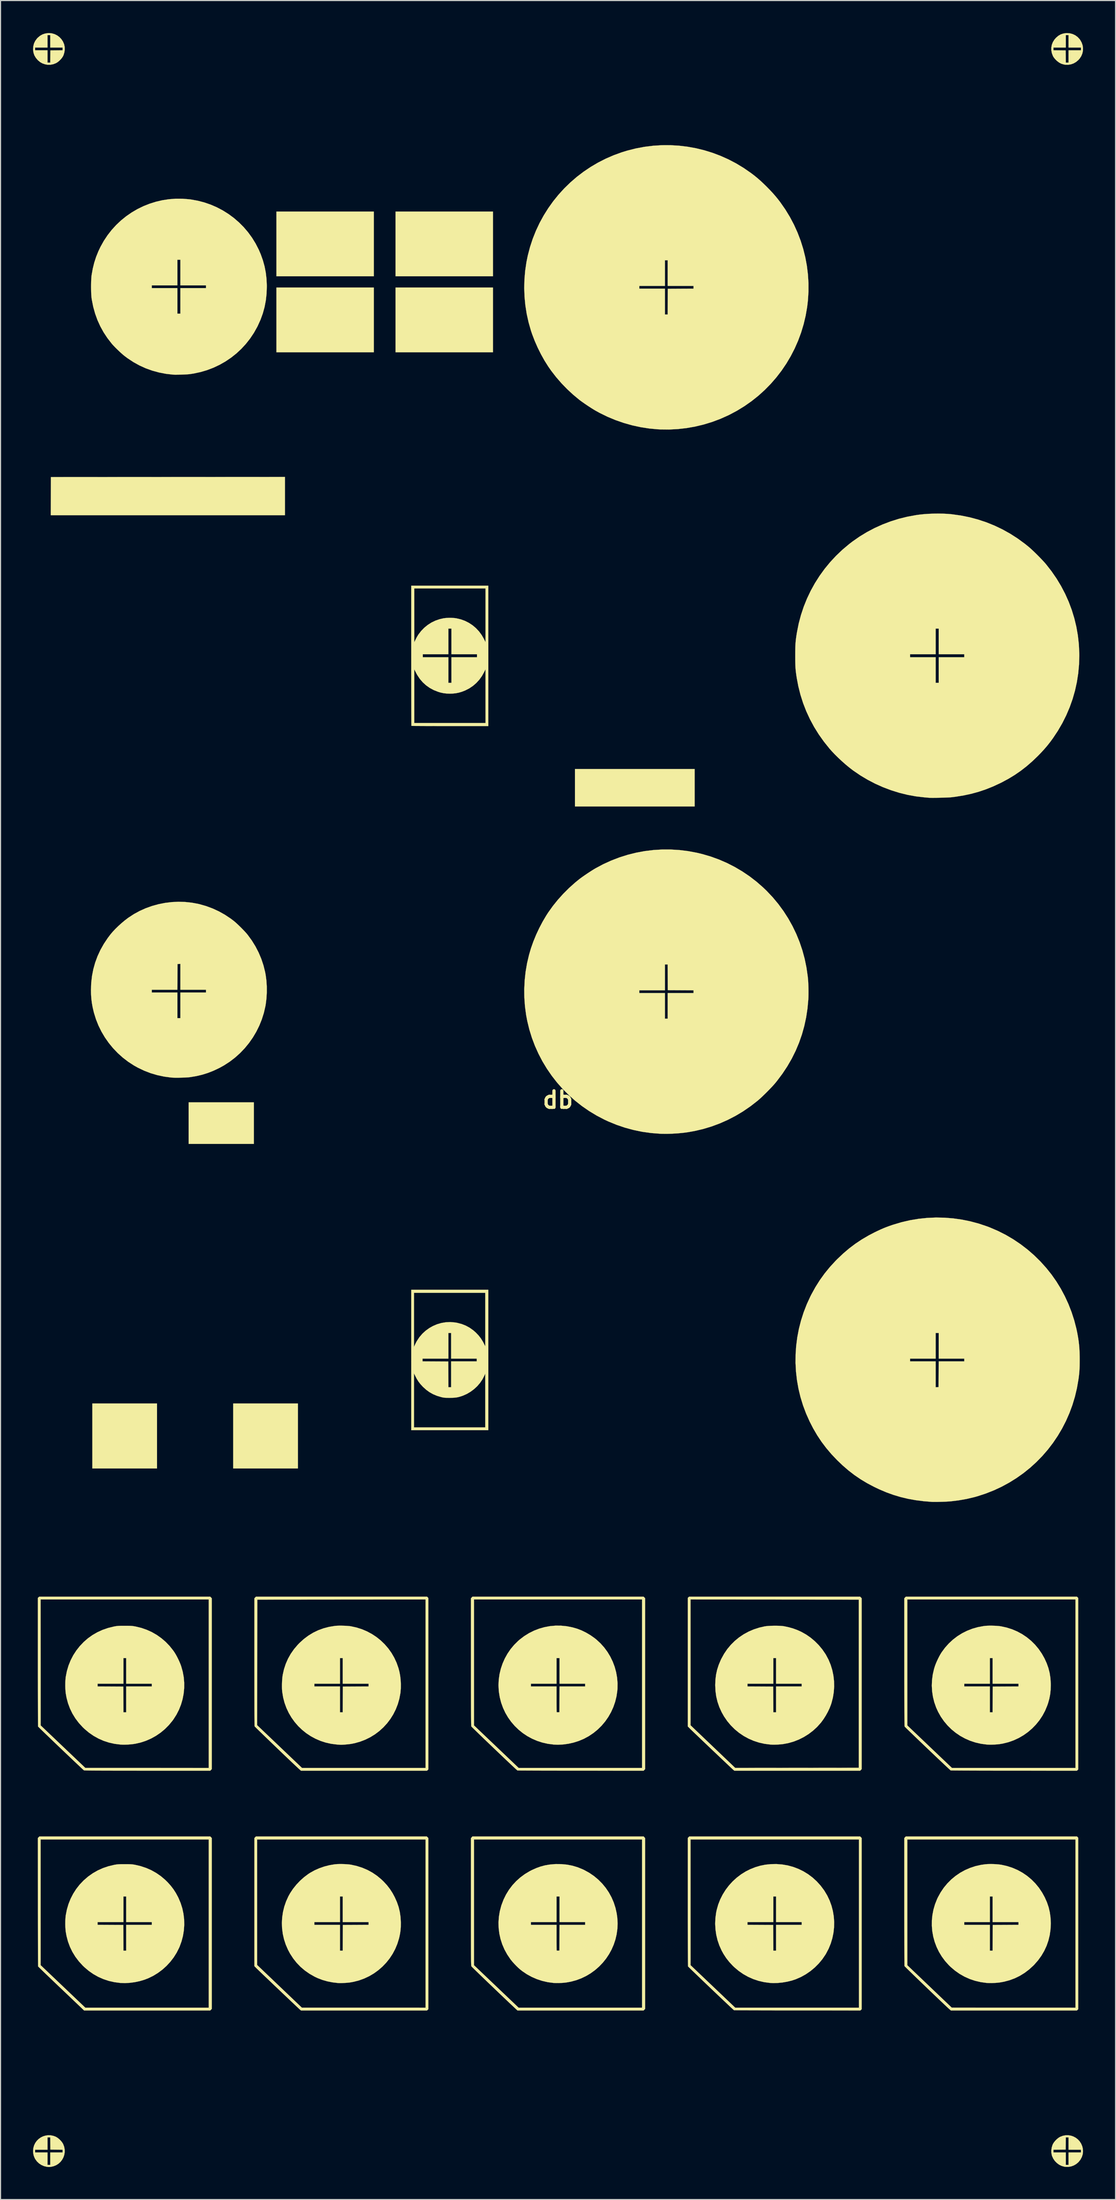
<source format=kicad_pcb>
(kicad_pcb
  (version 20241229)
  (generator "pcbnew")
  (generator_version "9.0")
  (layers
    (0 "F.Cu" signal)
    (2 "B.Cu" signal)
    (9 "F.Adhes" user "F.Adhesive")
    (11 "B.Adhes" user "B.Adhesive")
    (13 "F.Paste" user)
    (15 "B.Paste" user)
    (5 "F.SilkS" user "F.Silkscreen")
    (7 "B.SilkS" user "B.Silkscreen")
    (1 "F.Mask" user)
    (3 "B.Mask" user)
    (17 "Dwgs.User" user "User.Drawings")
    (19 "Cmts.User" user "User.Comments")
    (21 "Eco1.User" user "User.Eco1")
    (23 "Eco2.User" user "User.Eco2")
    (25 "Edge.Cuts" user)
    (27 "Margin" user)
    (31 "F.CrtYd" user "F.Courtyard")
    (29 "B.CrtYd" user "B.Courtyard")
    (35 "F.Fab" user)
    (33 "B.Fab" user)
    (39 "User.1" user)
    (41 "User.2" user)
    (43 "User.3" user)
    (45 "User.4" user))
  (footprint "db"
    (layer "F.Cu")
    (at 48.452 98.439)
    (property "Reference" "db" (at 0 0 0) (layer "F.SilkS") (effects (font (size 1.524 1.524) (thickness 0.3))))
    (attr through_hole)
    (fp_poly (pts (xy -37.008 34.011) (xy -42.977 34.011) (xy -42.977 28.016) (xy -37.008 28.016) (xy -37.008 34.011)) (stroke (width 0.01) (type solid)) (fill yes) (layer "F.SilkS"))
    (fp_poly (pts (xy -28.067 4.064) (xy -34.087 4.064) (xy -34.087 0.229) (xy -28.067 0.229) (xy -28.067 4.064)) (stroke (width 0.01) (type solid)) (fill yes) (layer "F.SilkS"))
    (fp_poly (pts (xy -25.197 -53.95) (xy -46.813 -53.95) (xy -46.8 -57.468) (xy -25.197 -57.48) (xy -25.197 -53.95)) (stroke (width 0.01) (type solid)) (fill yes) (layer "F.SilkS"))
    (fp_poly (pts (xy -24.003 34.011) (xy -29.972 34.011) (xy -29.972 28.016) (xy -24.003 28.016) (xy -24.003 34.011)) (stroke (width 0.01) (type solid)) (fill yes) (layer "F.SilkS"))
    (fp_poly (pts (xy -16.993 -75.997) (xy -25.984 -75.997) (xy -25.984 -81.966) (xy -16.993 -81.966) (xy -16.993 -75.997)) (stroke (width 0.01) (type solid)) (fill yes) (layer "F.SilkS"))
    (fp_poly (pts (xy -16.993 -68.986) (xy -25.984 -68.986) (xy -25.984 -74.955) (xy -16.993 -74.955) (xy -16.993 -68.986)) (stroke (width 0.01) (type solid)) (fill yes) (layer "F.SilkS"))
    (fp_poly (pts (xy -5.994 -75.997) (xy -14.986 -75.997) (xy -14.986 -81.966) (xy -5.994 -81.966) (xy -5.994 -75.997)) (stroke (width 0.01) (type solid)) (fill yes) (layer "F.SilkS"))
    (fp_poly (pts (xy -5.994 -68.986) (xy -14.986 -68.986) (xy -14.986 -74.955) (xy -5.994 -74.955) (xy -5.994 -68.986)) (stroke (width 0.01) (type solid)) (fill yes) (layer "F.SilkS"))
    (fp_poly (pts (xy 12.624 -27.076) (xy 1.575 -27.076) (xy 1.575 -30.531) (xy 12.624 -30.531) (xy 12.624 -27.076)) (stroke (width 0.01) (type solid)) (fill yes) (layer "F.SilkS"))
    (fp_poly (pts (xy -12.032 68.042) (xy -11.963 68.113) (xy -11.963 76.013) (xy -11.963 83.913) (xy -12.022 83.968) (xy -12.081 84.023) (xy -23.717 84.023) (xy -23.79 83.966) (xy -23.819 83.941) (xy -23.881 83.883) (xy -23.974 83.796) (xy -24.095 83.683) (xy -24.241 83.545) (xy -24.409 83.386) (xy -24.596 83.21) (xy -24.799 83.018) (xy -25.015 82.813) (xy -25.241 82.598) (xy -25.474 82.377) (xy -25.712 82.151) (xy -25.951 81.924) (xy -26.188 81.699) (xy -26.42 81.478) (xy -26.645 81.263) (xy -26.859 81.059) (xy -27.06 80.868) (xy -27.244 80.692) (xy -27.409 80.534) (xy -27.551 80.397) (xy -27.668 80.285) (xy -27.757 80.199) (xy -27.814 80.143) (xy -27.819 80.138) (xy -28.016 79.941) (xy -28.016 68.25) (xy -27.762 68.25) (xy -27.762 79.831) (xy -25.698 81.799) (xy -23.635 83.767) (xy -17.926 83.768) (xy -12.217 83.769) (xy -12.217 68.25) (xy -27.762 68.25) (xy -28.016 68.25) (xy -28.016 68.113) (xy -27.948 68.042) (xy -27.88 67.97) (xy -12.1 67.97) (xy -12.032 68.042)) (stroke (width 0.01) (type solid)) (fill yes) (layer "F.SilkS"))
    (fp_poly (pts (xy 27.973 45.918) (xy 28.042 45.989) (xy 28.042 61.757) (xy 27.973 61.829) (xy 27.905 61.9) (xy 16.288 61.9) (xy 16.215 61.843) (xy 16.186 61.818) (xy 16.124 61.76) (xy 16.031 61.673) (xy 15.91 61.559) (xy 15.764 61.422) (xy 15.596 61.263) (xy 15.409 61.086) (xy 15.206 60.894) (xy 14.99 60.689) (xy 14.764 60.475) (xy 14.531 60.253) (xy 14.293 60.028) (xy 14.054 59.801) (xy 13.817 59.575) (xy 13.585 59.354) (xy 13.36 59.14) (xy 13.146 58.936) (xy 12.945 58.744) (xy 12.761 58.568) (xy 12.596 58.411) (xy 12.454 58.274) (xy 12.337 58.161) (xy 12.248 58.076) (xy 12.191 58.019) (xy 12.186 58.014) (xy 11.989 57.817) (xy 11.989 57.708) (xy 12.243 57.708) (xy 14.307 59.676) (xy 16.37 61.644) (xy 22.073 61.639) (xy 27.775 61.633) (xy 27.775 46.114) (xy 20.009 46.107) (xy 12.243 46.101) (xy 12.243 57.708) (xy 11.989 57.708) (xy 11.989 45.957) (xy 12.048 45.902) (xy 12.106 45.847) (xy 27.905 45.847) (xy 27.973 45.918)) (stroke (width 0.01) (type solid)) (fill yes) (layer "F.SilkS"))
    (fp_poly (pts (xy 47.266 -98.413) (xy 47.524 -98.344) (xy 47.761 -98.232) (xy 47.974 -98.076) (xy 48.158 -97.88) (xy 48.217 -97.799) (xy 48.35 -97.562) (xy 48.436 -97.313) (xy 48.475 -97.059) (xy 48.467 -96.804) (xy 48.414 -96.554) (xy 48.316 -96.315) (xy 48.172 -96.092) (xy 48.047 -95.95) (xy 47.836 -95.772) (xy 47.603 -95.638) (xy 47.355 -95.551) (xy 47.094 -95.511) (xy 46.827 -95.519) (xy 46.692 -95.543) (xy 46.477 -95.607) (xy 46.281 -95.708) (xy 46.091 -95.85) (xy 45.985 -95.948) (xy 45.859 -96.083) (xy 45.766 -96.204) (xy 45.698 -96.322) (xy 45.6 -96.581) (xy 45.551 -96.843) (xy 45.55 -97.103) (xy 45.551 -97.104) (xy 45.745 -97.104) (xy 45.745 -96.851) (xy 46.876 -96.838) (xy 46.883 -96.272) (xy 46.889 -95.707) (xy 47.142 -95.707) (xy 47.142 -96.85) (xy 48.285 -96.85) (xy 48.285 -97.104) (xy 47.142 -97.104) (xy 47.142 -98.247) (xy 46.888 -98.247) (xy 46.888 -97.104) (xy 45.745 -97.104) (xy 45.551 -97.104) (xy 45.597 -97.357) (xy 45.691 -97.601) (xy 45.831 -97.828) (xy 45.985 -98.006) (xy 46.194 -98.184) (xy 46.416 -98.313) (xy 46.654 -98.395) (xy 46.911 -98.432) (xy 46.99 -98.434) (xy 47.266 -98.413)) (stroke (width 0.01) (type solid)) (fill yes) (layer "F.SilkS"))
    (fp_poly (pts (xy -46.702 -98.408) (xy -46.454 -98.335) (xy -46.223 -98.22) (xy -46.016 -98.067) (xy -45.838 -97.879) (xy -45.693 -97.661) (xy -45.587 -97.416) (xy -45.579 -97.391) (xy -45.531 -97.159) (xy -45.525 -96.911) (xy -45.559 -96.66) (xy -45.631 -96.419) (xy -45.673 -96.322) (xy -45.762 -96.176) (xy -45.885 -96.023) (xy -46.03 -95.879) (xy -46.182 -95.754) (xy -46.329 -95.664) (xy -46.335 -95.661) (xy -46.592 -95.563) (xy -46.855 -95.514) (xy -47.12 -95.516) (xy -47.34 -95.555) (xy -47.578 -95.637) (xy -47.786 -95.752) (xy -47.979 -95.909) (xy -48.019 -95.947) (xy -48.196 -96.156) (xy -48.326 -96.378) (xy -48.408 -96.615) (xy -48.444 -96.872) (xy -48.447 -96.952) (xy -48.435 -97.104) (xy -48.26 -97.104) (xy -48.26 -96.85) (xy -47.117 -96.85) (xy -47.117 -95.707) (xy -46.864 -95.707) (xy -46.85 -96.838) (xy -45.72 -96.851) (xy -45.72 -97.104) (xy -46.863 -97.104) (xy -46.863 -98.247) (xy -47.117 -98.247) (xy -47.117 -97.104) (xy -48.26 -97.104) (xy -48.435 -97.104) (xy -48.426 -97.229) (xy -48.36 -97.484) (xy -48.248 -97.717) (xy -48.09 -97.932) (xy -48.019 -98.006) (xy -47.81 -98.183) (xy -47.583 -98.312) (xy -47.335 -98.395) (xy -47.066 -98.432) (xy -46.963 -98.434) (xy -46.702 -98.408)) (stroke (width 0.01) (type solid)) (fill yes) (layer "F.SilkS"))
    (fp_poly (pts (xy 47.359 95.579) (xy 47.592 95.658) (xy 47.808 95.774) (xy 48.002 95.925) (xy 48.17 96.108) (xy 48.306 96.321) (xy 48.406 96.56) (xy 48.453 96.756) (xy 48.476 97.027) (xy 48.448 97.288) (xy 48.371 97.54) (xy 48.244 97.781) (xy 48.222 97.815) (xy 48.05 98.025) (xy 47.849 98.196) (xy 47.623 98.327) (xy 47.377 98.416) (xy 47.119 98.459) (xy 46.852 98.455) (xy 46.737 98.438) (xy 46.494 98.368) (xy 46.266 98.253) (xy 46.058 98.099) (xy 45.876 97.913) (xy 45.729 97.7) (xy 45.621 97.466) (xy 45.604 97.417) (xy 45.557 97.184) (xy 45.55 96.936) (xy 45.558 96.877) (xy 45.745 96.877) (xy 45.745 97.13) (xy 46.888 97.13) (xy 46.888 98.273) (xy 47.142 98.273) (xy 47.142 97.13) (xy 48.285 97.13) (xy 48.285 96.876) (xy 47.142 96.876) (xy 47.142 95.733) (xy 46.889 95.733) (xy 46.883 96.298) (xy 46.876 96.863) (xy 46.311 96.87) (xy 45.745 96.877) (xy 45.558 96.877) (xy 45.584 96.685) (xy 45.656 96.444) (xy 45.698 96.348) (xy 45.786 96.203) (xy 45.909 96.052) (xy 46.052 95.907) (xy 46.204 95.783) (xy 46.352 95.691) (xy 46.361 95.687) (xy 46.61 95.591) (xy 46.863 95.543) (xy 47.114 95.539) (xy 47.359 95.579)) (stroke (width 0.01) (type solid)) (fill yes) (layer "F.SilkS"))
    (fp_poly (pts (xy -46.798 95.549) (xy -46.547 95.604) (xy -46.34 95.685) (xy -46.189 95.776) (xy -46.034 95.901) (xy -45.887 96.047) (xy -45.762 96.201) (xy -45.673 96.348) (xy -45.579 96.596) (xy -45.532 96.849) (xy -45.529 97.1) (xy -45.568 97.345) (xy -45.646 97.578) (xy -45.761 97.794) (xy -45.911 97.989) (xy -46.092 98.157) (xy -46.302 98.293) (xy -46.538 98.392) (xy -46.724 98.438) (xy -46.846 98.458) (xy -46.939 98.468) (xy -47.021 98.469) (xy -47.113 98.46) (xy -47.185 98.45) (xy -47.443 98.388) (xy -47.684 98.281) (xy -47.903 98.135) (xy -48.093 97.954) (xy -48.247 97.743) (xy -48.309 97.625) (xy -48.388 97.424) (xy -48.432 97.221) (xy -48.447 96.995) (xy -48.447 96.977) (xy -48.437 96.876) (xy -48.26 96.876) (xy -48.26 97.13) (xy -47.117 97.13) (xy -47.117 98.273) (xy -46.863 98.273) (xy -46.863 97.13) (xy -45.72 97.13) (xy -45.72 96.877) (xy -46.285 96.87) (xy -46.85 96.863) (xy -46.864 95.733) (xy -47.117 95.733) (xy -47.117 96.876) (xy -48.26 96.876) (xy -48.437 96.876) (xy -48.422 96.715) (xy -48.354 96.472) (xy -48.247 96.251) (xy -48.106 96.054) (xy -47.935 95.885) (xy -47.739 95.746) (xy -47.523 95.64) (xy -47.291 95.57) (xy -47.048 95.539) (xy -46.798 95.549)) (stroke (width 0.01) (type solid)) (fill yes) (layer "F.SilkS"))
    (fp_poly (pts (xy 48.031 68.088) (xy 48.031 83.913) (xy 47.973 83.968) (xy 47.914 84.023) (xy 36.275 84.023) (xy 36.136 83.903) (xy 36.074 83.847) (xy 35.981 83.762) (xy 35.861 83.65) (xy 35.716 83.514) (xy 35.55 83.356) (xy 35.364 83.18) (xy 35.162 82.989) (xy 34.947 82.784) (xy 34.721 82.568) (xy 34.488 82.345) (xy 34.249 82.117) (xy 34.009 81.886) (xy 33.77 81.657) (xy 33.534 81.43) (xy 33.305 81.209) (xy 33.085 80.997) (xy 32.877 80.796) (xy 32.685 80.609) (xy 32.51 80.439) (xy 32.356 80.289) (xy 32.225 80.161) (xy 32.121 80.057) (xy 32.046 79.982) (xy 32.003 79.937) (xy 31.994 79.925) (xy 31.993 79.895) (xy 31.991 79.816) (xy 31.99 79.691) (xy 31.989 79.522) (xy 31.988 79.312) (xy 31.986 79.061) (xy 31.985 78.774) (xy 31.984 78.452) (xy 31.983 78.097) (xy 31.982 77.711) (xy 31.982 77.297) (xy 31.981 76.858) (xy 31.98 76.395) (xy 31.98 75.91) (xy 31.979 75.406) (xy 31.979 74.886) (xy 31.979 74.351) (xy 31.979 73.992) (xy 31.979 68.25) (xy 32.258 68.25) (xy 32.258 79.853) (xy 36.36 83.766) (xy 47.777 83.769) (xy 47.777 68.25) (xy 32.258 68.25) (xy 31.979 68.25) (xy 31.979 68.113) (xy 32.047 68.042) (xy 32.115 67.97) (xy 47.921 67.97) (xy 48.031 68.088)) (stroke (width 0.01) (type solid)) (fill yes) (layer "F.SilkS"))
    (fp_poly (pts (xy -32.021 68.042) (xy -31.953 68.113) (xy -31.953 83.881) (xy -32.021 83.952) (xy -32.09 84.023) (xy -43.745 84.023) (xy -43.964 83.812) (xy -44.013 83.764) (xy -44.096 83.685) (xy -44.211 83.576) (xy -44.353 83.44) (xy -44.521 83.28) (xy -44.712 83.098) (xy -44.923 82.897) (xy -45.15 82.68) (xy -45.392 82.45) (xy -45.646 82.209) (xy -45.908 81.959) (xy -46.076 81.8) (xy -46.337 81.551) (xy -46.587 81.312) (xy -46.825 81.084) (xy -47.048 80.871) (xy -47.253 80.675) (xy -47.438 80.497) (xy -47.6 80.34) (xy -47.737 80.207) (xy -47.847 80.101) (xy -47.926 80.022) (xy -47.973 79.974) (xy -47.985 79.96) (xy -47.987 79.932) (xy -47.988 79.854) (xy -47.99 79.731) (xy -47.991 79.563) (xy -47.993 79.354) (xy -47.994 79.105) (xy -47.996 78.819) (xy -47.997 78.497) (xy -47.998 78.143) (xy -47.999 77.759) (xy -48 77.346) (xy -48.001 76.907) (xy -48.002 76.444) (xy -48.003 75.96) (xy -48.003 75.456) (xy -48.004 74.936) (xy -48.004 74.4) (xy -48.004 74.017) (xy -48.006 68.25) (xy -47.752 68.25) (xy -47.752 74.047) (xy -47.751 79.845) (xy -45.689 81.807) (xy -43.627 83.769) (xy -32.233 83.769) (xy -32.233 68.25) (xy -47.752 68.25) (xy -48.006 68.25) (xy -48.006 68.113) (xy -47.938 68.042) (xy -47.869 67.97) (xy -32.09 67.97) (xy -32.021 68.042)) (stroke (width 0.01) (type solid)) (fill yes) (layer "F.SilkS"))
    (fp_poly (pts (xy -11.963 45.965) (xy -11.963 61.789) (xy -12.022 61.845) (xy -12.081 61.9) (xy -23.721 61.9) (xy -23.898 61.741) (xy -23.98 61.666) (xy -24.091 61.563) (xy -24.228 61.435) (xy -24.387 61.285) (xy -24.566 61.116) (xy -24.763 60.929) (xy -24.974 60.729) (xy -25.196 60.517) (xy -25.427 60.296) (xy -25.664 60.069) (xy -25.904 59.84) (xy -26.143 59.609) (xy -26.381 59.381) (xy -26.612 59.158) (xy -26.836 58.943) (xy -27.048 58.738) (xy -27.246 58.546) (xy -27.427 58.37) (xy -27.589 58.213) (xy -27.728 58.077) (xy -27.841 57.965) (xy -27.927 57.88) (xy -27.981 57.824) (xy -28.001 57.8) (xy -28.001 57.8) (xy -28.003 57.77) (xy -28.004 57.703) (xy -27.762 57.703) (xy -25.692 59.674) (xy -23.622 61.646) (xy -12.217 61.646) (xy -12.217 46.101) (xy -19.983 46.107) (xy -27.75 46.114) (xy -27.762 57.703) (xy -28.004 57.703) (xy -28.004 57.692) (xy -28.005 57.567) (xy -28.006 57.398) (xy -28.007 57.187) (xy -28.009 56.937) (xy -28.01 56.65) (xy -28.011 56.328) (xy -28.012 55.973) (xy -28.012 55.587) (xy -28.013 55.174) (xy -28.014 54.734) (xy -28.014 54.271) (xy -28.015 53.787) (xy -28.015 53.283) (xy -28.016 52.763) (xy -28.016 52.227) (xy -28.016 51.868) (xy -28.016 45.989) (xy -27.948 45.918) (xy -27.88 45.847) (xy -12.074 45.847) (xy -11.963 45.965)) (stroke (width 0.01) (type solid)) (fill yes) (layer "F.SilkS"))
    (fp_poly (pts (xy 7.986 68.049) (xy 8.052 68.127) (xy 8.052 83.881) (xy 7.984 83.952) (xy 7.915 84.023) (xy -3.737 84.023) (xy -3.879 83.89) (xy -4.07 83.71) (xy -4.279 83.514) (xy -4.503 83.303) (xy -4.738 83.079) (xy -4.983 82.847) (xy -5.235 82.607) (xy -5.49 82.364) (xy -5.747 82.119) (xy -6.002 81.874) (xy -6.254 81.633) (xy -6.499 81.399) (xy -6.734 81.173) (xy -6.957 80.958) (xy -7.165 80.757) (xy -7.356 80.572) (xy -7.526 80.407) (xy -7.674 80.263) (xy -7.795 80.143) (xy -7.889 80.05) (xy -7.952 79.986) (xy -7.981 79.955) (xy -7.982 79.953) (xy -7.987 79.942) (xy -7.991 79.926) (xy -7.995 79.904) (xy -7.999 79.874) (xy -8.003 79.834) (xy -8.006 79.781) (xy -8.009 79.714) (xy -8.011 79.631) (xy -8.014 79.53) (xy -8.016 79.409) (xy -8.018 79.266) (xy -8.019 79.099) (xy -8.021 78.906) (xy -8.022 78.685) (xy -8.023 78.434) (xy -8.024 78.152) (xy -8.024 77.836) (xy -8.025 77.485) (xy -8.025 77.096) (xy -8.026 76.667) (xy -8.026 76.197) (xy -8.026 75.683) (xy -8.026 75.125) (xy -8.026 74.519) (xy -8.026 73.998) (xy -8.026 68.25) (xy -7.747 68.25) (xy -7.747 79.848) (xy -5.688 81.809) (xy -3.628 83.769) (xy 7.772 83.769) (xy 7.772 68.25) (xy -7.747 68.25) (xy -8.026 68.25) (xy -8.026 68.127) (xy -7.961 68.049) (xy -7.895 67.97) (xy 7.92 67.97) (xy 7.986 68.049)) (stroke (width 0.01) (type solid)) (fill yes) (layer "F.SilkS"))
    (fp_poly (pts (xy 27.973 68.042) (xy 28.042 68.113) (xy 28.042 83.913) (xy 27.983 83.968) (xy 27.924 84.023) (xy 22.109 84.021) (xy 21.569 84.021) (xy 21.042 84.021) (xy 20.53 84.02) (xy 20.037 84.02) (xy 19.563 84.019) (xy 19.111 84.018) (xy 18.685 84.017) (xy 18.285 84.016) (xy 17.914 84.015) (xy 17.574 84.014) (xy 17.269 84.013) (xy 16.999 84.012) (xy 16.767 84.011) (xy 16.576 84.009) (xy 16.427 84.008) (xy 16.324 84.007) (xy 16.267 84.005) (xy 16.257 84.005) (xy 16.233 83.985) (xy 16.176 83.933) (xy 16.087 83.851) (xy 15.97 83.743) (xy 15.828 83.609) (xy 15.664 83.454) (xy 15.48 83.28) (xy 15.279 83.09) (xy 15.064 82.886) (xy 14.837 82.672) (xy 14.603 82.449) (xy 14.363 82.221) (xy 14.12 81.989) (xy 13.878 81.758) (xy 13.639 81.53) (xy 13.405 81.306) (xy 13.18 81.091) (xy 12.967 80.887) (xy 12.768 80.695) (xy 12.586 80.52) (xy 12.424 80.364) (xy 12.285 80.23) (xy 12.172 80.119) (xy 12.087 80.036) (xy 12.034 79.982) (xy 12.015 79.96) (xy 12.012 79.931) (xy 12.009 79.854) (xy 12.006 79.729) (xy 12.003 79.557) (xy 12.001 79.337) (xy 11.999 79.068) (xy 11.997 78.752) (xy 11.995 78.386) (xy 11.993 77.972) (xy 11.992 77.508) (xy 11.991 76.995) (xy 11.99 76.433) (xy 11.989 75.82) (xy 11.989 75.157) (xy 11.989 74.444) (xy 11.989 74.012) (xy 11.989 68.25) (xy 12.243 68.25) (xy 12.245 79.845) (xy 16.37 83.769) (xy 27.788 83.769) (xy 27.788 68.25) (xy 12.243 68.25) (xy 11.989 68.25) (xy 11.989 68.113) (xy 12.057 68.042) (xy 12.125 67.97) (xy 27.905 67.97) (xy 27.973 68.042)) (stroke (width 0.01) (type solid)) (fill yes) (layer "F.SilkS"))
    (fp_poly (pts (xy 48.031 45.965) (xy 48.031 61.789) (xy 47.973 61.845) (xy 47.914 61.9) (xy 42.112 61.898) (xy 41.571 61.898) (xy 41.044 61.898) (xy 40.533 61.897) (xy 40.039 61.896) (xy 39.565 61.895) (xy 39.114 61.894) (xy 38.687 61.893) (xy 38.287 61.892) (xy 37.916 61.89) (xy 37.576 61.889) (xy 37.27 61.887) (xy 37 61.885) (xy 36.768 61.884) (xy 36.577 61.882) (xy 36.428 61.88) (xy 36.325 61.878) (xy 36.268 61.876) (xy 36.258 61.875) (xy 36.233 61.854) (xy 36.174 61.801) (xy 36.084 61.719) (xy 35.965 61.609) (xy 35.822 61.475) (xy 35.656 61.319) (xy 35.471 61.144) (xy 35.268 60.953) (xy 35.052 60.749) (xy 34.825 60.533) (xy 34.59 60.31) (xy 34.349 60.081) (xy 34.106 59.849) (xy 33.863 59.618) (xy 33.624 59.389) (xy 33.39 59.166) (xy 33.165 58.95) (xy 32.952 58.746) (xy 32.754 58.555) (xy 32.573 58.38) (xy 32.412 58.225) (xy 32.274 58.091) (xy 32.162 57.982) (xy 32.079 57.899) (xy 32.028 57.847) (xy 32.011 57.827) (xy 32.008 57.811) (xy 32.004 57.772) (xy 32.001 57.71) (xy 31.999 57.623) (xy 31.996 57.51) (xy 31.994 57.368) (xy 31.992 57.198) (xy 31.99 56.996) (xy 31.988 56.761) (xy 31.986 56.492) (xy 31.985 56.187) (xy 31.984 55.845) (xy 31.983 55.464) (xy 31.982 55.042) (xy 31.981 54.578) (xy 31.981 54.071) (xy 31.98 53.518) (xy 31.98 52.919) (xy 31.98 52.271) (xy 31.98 51.881) (xy 31.979 46.101) (xy 32.258 46.101) (xy 32.258 57.725) (xy 34.317 59.686) (xy 36.377 61.646) (xy 47.777 61.646) (xy 47.777 46.101) (xy 32.258 46.101) (xy 31.979 46.101) (xy 31.979 45.989) (xy 32.047 45.918) (xy 32.115 45.847) (xy 47.921 45.847) (xy 48.031 45.965)) (stroke (width 0.01) (type solid)) (fill yes) (layer "F.SilkS"))
    (fp_poly (pts (xy 7.984 45.918) (xy 8.052 45.989) (xy 8.052 61.757) (xy 7.984 61.829) (xy 7.915 61.9) (xy 2.11 61.898) (xy 1.57 61.898) (xy 1.043 61.897) (xy 0.532 61.897) (xy 0.039 61.896) (xy -0.435 61.895) (xy -0.886 61.895) (xy -1.313 61.894) (xy -1.712 61.893) (xy -2.083 61.891) (xy -2.422 61.89) (xy -2.728 61.889) (xy -2.997 61.887) (xy -3.229 61.886) (xy -3.42 61.885) (xy -3.568 61.883) (xy -3.671 61.881) (xy -3.727 61.88) (xy -3.737 61.879) (xy -3.763 61.858) (xy -3.823 61.805) (xy -3.914 61.722) (xy -4.032 61.612) (xy -4.176 61.477) (xy -4.343 61.321) (xy -4.528 61.146) (xy -4.731 60.954) (xy -4.947 60.749) (xy -5.175 60.533) (xy -5.41 60.309) (xy -5.651 60.079) (xy -5.894 59.847) (xy -6.137 59.615) (xy -6.377 59.385) (xy -6.611 59.161) (xy -6.836 58.945) (xy -7.049 58.739) (xy -7.248 58.548) (xy -7.429 58.372) (xy -7.59 58.215) (xy -7.728 58.081) (xy -7.841 57.97) (xy -7.924 57.887) (xy -7.976 57.833) (xy -7.994 57.813) (xy -7.997 57.794) (xy -8 57.753) (xy -8.003 57.687) (xy -8.006 57.596) (xy -8.009 57.478) (xy -8.011 57.331) (xy -8.013 57.154) (xy -8.015 56.945) (xy -8.017 56.702) (xy -8.018 56.425) (xy -8.02 56.111) (xy -8.021 55.759) (xy -8.022 55.368) (xy -8.023 54.936) (xy -8.024 54.461) (xy -8.024 53.942) (xy -8.025 53.377) (xy -8.025 52.765) (xy -8.025 52.104) (xy -8.025 51.868) (xy -8.026 46.101) (xy -7.747 46.101) (xy -7.747 51.911) (xy -7.746 57.721) (xy -3.623 61.646) (xy 7.772 61.646) (xy 7.772 46.101) (xy -7.747 46.101) (xy -8.026 46.101) (xy -8.026 45.989) (xy -7.958 45.918) (xy -7.89 45.847) (xy 7.915 45.847) (xy 7.984 45.918)) (stroke (width 0.01) (type solid)) (fill yes) (layer "F.SilkS"))
    (fp_poly (pts (xy -32.021 45.918) (xy -31.953 45.989) (xy -31.953 61.757) (xy -32.09 61.9) (xy -37.895 61.899) (xy -38.566 61.899) (xy -39.187 61.898) (xy -39.761 61.898) (xy -40.289 61.898) (xy -40.772 61.897) (xy -41.213 61.896) (xy -41.612 61.895) (xy -41.971 61.894) (xy -42.292 61.893) (xy -42.576 61.891) (xy -42.826 61.89) (xy -43.042 61.888) (xy -43.226 61.886) (xy -43.38 61.884) (xy -43.505 61.881) (xy -43.602 61.878) (xy -43.675 61.875) (xy -43.723 61.872) (xy -43.749 61.869) (xy -43.753 61.867) (xy -43.781 61.845) (xy -43.841 61.79) (xy -43.932 61.706) (xy -44.051 61.594) (xy -44.195 61.459) (xy -44.362 61.302) (xy -44.547 61.127) (xy -44.749 60.936) (xy -44.965 60.731) (xy -45.192 60.515) (xy -45.427 60.292) (xy -45.667 60.063) (xy -45.909 59.832) (xy -46.151 59.601) (xy -46.389 59.373) (xy -46.622 59.15) (xy -46.846 58.935) (xy -47.057 58.732) (xy -47.255 58.542) (xy -47.435 58.369) (xy -47.594 58.214) (xy -47.731 58.081) (xy -47.841 57.973) (xy -47.923 57.892) (xy -47.974 57.841) (xy -47.99 57.822) (xy -47.992 57.794) (xy -47.993 57.716) (xy -47.994 57.592) (xy -47.996 57.425) (xy -47.997 57.215) (xy -47.998 56.966) (xy -47.999 56.679) (xy -48 56.358) (xy -48.001 56.004) (xy -48.002 55.619) (xy -48.003 55.206) (xy -48.004 54.766) (xy -48.005 54.303) (xy -48.005 53.819) (xy -48.006 53.315) (xy -48.006 52.794) (xy -48.006 52.258) (xy -48.006 51.869) (xy -48.006 46.101) (xy -47.752 46.101) (xy -47.75 51.911) (xy -47.749 57.721) (xy -45.687 59.683) (xy -43.624 61.645) (xy -37.929 61.645) (xy -32.233 61.646) (xy -32.233 46.101) (xy -47.752 46.101) (xy -48.006 46.101) (xy -48.006 45.957) (xy -47.947 45.902) (xy -47.888 45.847) (xy -32.09 45.847) (xy -32.021 45.918)) (stroke (width 0.01) (type solid)) (fill yes) (layer "F.SilkS"))
    (fp_poly (pts (xy 20.202 70.517) (xy 20.726 70.558) (xy 21.237 70.647) (xy 21.733 70.783) (xy 22.212 70.965) (xy 22.67 71.19) (xy 23.106 71.458) (xy 23.516 71.767) (xy 23.898 72.116) (xy 24.249 72.503) (xy 24.566 72.926) (xy 24.603 72.981) (xy 24.867 73.423) (xy 25.085 73.885) (xy 25.258 74.362) (xy 25.385 74.852) (xy 25.467 75.35) (xy 25.503 75.853) (xy 25.493 76.358) (xy 25.438 76.86) (xy 25.336 77.357) (xy 25.189 77.845) (xy 24.996 78.319) (xy 24.756 78.777) (xy 24.705 78.864) (xy 24.415 79.291) (xy 24.085 79.689) (xy 23.719 80.056) (xy 23.32 80.388) (xy 22.893 80.682) (xy 22.441 80.934) (xy 21.969 81.141) (xy 21.58 81.27) (xy 21.161 81.372) (xy 20.726 81.446) (xy 20.289 81.488) (xy 19.863 81.498) (xy 19.57 81.483) (xy 19.045 81.414) (xy 18.534 81.297) (xy 18.04 81.133) (xy 17.564 80.923) (xy 17.11 80.668) (xy 16.681 80.37) (xy 16.279 80.031) (xy 16.14 79.897) (xy 15.816 79.548) (xy 15.534 79.19) (xy 15.286 78.808) (xy 15.116 78.5) (xy 14.905 78.034) (xy 14.739 77.549) (xy 14.619 77.049) (xy 14.546 76.538) (xy 14.519 76.022) (xy 14.525 75.87) (xy 17.501 75.87) (xy 17.501 76.123) (xy 18.688 76.13) (xy 19.875 76.136) (xy 19.889 78.511) (xy 20.142 78.511) (xy 20.142 76.124) (xy 22.504 76.124) (xy 22.504 75.87) (xy 20.142 75.87) (xy 20.142 73.508) (xy 19.888 73.508) (xy 19.888 75.87) (xy 17.501 75.87) (xy 14.525 75.87) (xy 14.54 75.504) (xy 14.609 74.99) (xy 14.661 74.74) (xy 14.799 74.251) (xy 14.984 73.778) (xy 15.213 73.324) (xy 15.483 72.893) (xy 15.791 72.488) (xy 16.135 72.112) (xy 16.511 71.769) (xy 16.918 71.461) (xy 17.351 71.192) (xy 17.754 70.991) (xy 18.215 70.807) (xy 18.678 70.669) (xy 19.148 70.575) (xy 19.635 70.525) (xy 20.144 70.516) (xy 20.202 70.517)) (stroke (width 0.01) (type solid)) (fill yes) (layer "F.SilkS"))
    (fp_poly (pts (xy -6.426 30.48) (xy -13.538 30.48) (xy -13.538 30.226) (xy -13.284 30.226) (xy -6.706 30.226) (xy -6.707 25.26) (xy -6.783 25.435) (xy -6.961 25.784) (xy -7.183 26.113) (xy -7.443 26.417) (xy -7.738 26.691) (xy -8.062 26.933) (xy -8.411 27.138) (xy -8.78 27.301) (xy -8.89 27.339) (xy -9.062 27.393) (xy -9.218 27.434) (xy -9.372 27.462) (xy -9.535 27.481) (xy -9.72 27.491) (xy -9.94 27.495) (xy -10.008 27.495) (xy -10.186 27.494) (xy -10.324 27.491) (xy -10.433 27.486) (xy -10.525 27.477) (xy -10.611 27.463) (xy -10.701 27.444) (xy -10.771 27.427) (xy -11.162 27.31) (xy -11.517 27.162) (xy -11.843 26.98) (xy -12.15 26.759) (xy -12.444 26.494) (xy -12.459 26.48) (xy -12.68 26.242) (xy -12.865 26.005) (xy -13.025 25.751) (xy -13.156 25.5) (xy -13.283 25.235) (xy -13.284 30.226) (xy -13.538 30.226) (xy -13.538 23.876) (xy -12.497 23.876) (xy -12.497 24.129) (xy -11.309 24.136) (xy -10.122 24.143) (xy -10.109 26.518) (xy -9.855 26.518) (xy -9.855 24.13) (xy -7.493 24.13) (xy -7.493 23.876) (xy -9.855 23.876) (xy -9.855 21.514) (xy -10.109 21.514) (xy -10.109 23.876) (xy -12.497 23.876) (xy -13.538 23.876) (xy -13.538 17.805) (xy -13.284 17.805) (xy -13.284 22.797) (xy -13.2 22.606) (xy -13.144 22.486) (xy -13.079 22.357) (xy -13.02 22.25) (xy -12.786 21.898) (xy -12.514 21.581) (xy -12.206 21.298) (xy -11.863 21.052) (xy -11.543 20.872) (xy -11.159 20.707) (xy -10.761 20.59) (xy -10.354 20.523) (xy -9.94 20.504) (xy -9.523 20.536) (xy -9.292 20.575) (xy -8.883 20.683) (xy -8.497 20.836) (xy -8.136 21.034) (xy -7.797 21.277) (xy -7.578 21.471) (xy -7.321 21.74) (xy -7.105 22.018) (xy -6.919 22.32) (xy -6.857 22.439) (xy -6.706 22.741) (xy -6.706 17.805) (xy -13.284 17.805) (xy -13.538 17.805) (xy -13.538 17.526) (xy -6.426 17.526) (xy -6.426 30.48)) (stroke (width 0.01) (type solid)) (fill yes) (layer "F.SilkS"))
    (fp_poly (pts (xy 40.187 70.517) (xy 40.449 70.529) (xy 40.694 70.55) (xy 40.908 70.577) (xy 40.945 70.584) (xy 41.466 70.701) (xy 41.967 70.864) (xy 42.444 71.071) (xy 42.896 71.321) (xy 43.321 71.611) (xy 43.716 71.941) (xy 44.08 72.308) (xy 44.41 72.711) (xy 44.704 73.15) (xy 44.942 73.583) (xy 45.146 74.041) (xy 45.302 74.501) (xy 45.412 74.97) (xy 45.478 75.455) (xy 45.502 75.962) (xy 45.502 76.01) (xy 45.477 76.546) (xy 45.403 77.066) (xy 45.282 77.57) (xy 45.114 78.056) (xy 44.898 78.523) (xy 44.637 78.97) (xy 44.33 79.395) (xy 43.978 79.797) (xy 43.892 79.884) (xy 43.496 80.245) (xy 43.077 80.562) (xy 42.634 80.834) (xy 42.169 81.06) (xy 41.683 81.24) (xy 41.176 81.374) (xy 40.792 81.442) (xy 40.586 81.466) (xy 40.353 81.483) (xy 40.11 81.493) (xy 39.875 81.495) (xy 39.664 81.489) (xy 39.568 81.483) (xy 39.035 81.41) (xy 38.518 81.29) (xy 38.021 81.124) (xy 37.544 80.911) (xy 37.088 80.653) (xy 36.657 80.351) (xy 36.251 80.006) (xy 36.095 79.854) (xy 35.747 79.468) (xy 35.442 79.056) (xy 35.179 78.622) (xy 34.959 78.168) (xy 34.782 77.697) (xy 34.65 77.214) (xy 34.562 76.721) (xy 34.52 76.222) (xy 34.522 75.87) (xy 37.516 75.87) (xy 37.516 76.124) (xy 39.878 76.124) (xy 39.878 78.511) (xy 40.131 78.511) (xy 40.138 77.324) (xy 40.145 76.136) (xy 41.332 76.13) (xy 42.52 76.123) (xy 42.52 75.87) (xy 40.132 75.87) (xy 40.132 73.508) (xy 39.878 73.508) (xy 39.878 75.87) (xy 37.516 75.87) (xy 34.522 75.87) (xy 34.523 75.719) (xy 34.573 75.217) (xy 34.669 74.718) (xy 34.813 74.226) (xy 35.004 73.744) (xy 35.077 73.59) (xy 35.332 73.127) (xy 35.625 72.695) (xy 35.955 72.297) (xy 36.318 71.934) (xy 36.712 71.608) (xy 37.134 71.32) (xy 37.583 71.073) (xy 38.054 70.868) (xy 38.547 70.706) (xy 39.058 70.591) (xy 39.464 70.534) (xy 39.679 70.519) (xy 39.925 70.514) (xy 40.187 70.517)) (stroke (width 0.01) (type solid)) (fill yes) (layer "F.SilkS"))
    (fp_poly (pts (xy 0.297 48.519) (xy 0.814 48.57) (xy 1.329 48.671) (xy 1.776 48.799) (xy 2.19 48.959) (xy 2.605 49.162) (xy 3.009 49.401) (xy 3.391 49.671) (xy 3.559 49.806) (xy 3.936 50.154) (xy 4.276 50.535) (xy 4.578 50.945) (xy 4.841 51.382) (xy 5.062 51.84) (xy 5.241 52.316) (xy 5.375 52.808) (xy 5.464 53.31) (xy 5.506 53.82) (xy 5.5 54.333) (xy 5.485 54.523) (xy 5.41 55.039) (xy 5.287 55.542) (xy 5.12 56.027) (xy 4.909 56.493) (xy 4.657 56.937) (xy 4.366 57.355) (xy 4.038 57.744) (xy 3.675 58.102) (xy 3.279 58.425) (xy 2.852 58.712) (xy 2.397 58.958) (xy 2.376 58.968) (xy 1.927 59.156) (xy 1.456 59.305) (xy 0.972 59.414) (xy 0.484 59.481) (xy -0.001 59.504) (xy -0.407 59.488) (xy -0.929 59.42) (xy -1.434 59.306) (xy -1.92 59.148) (xy -2.385 58.948) (xy -2.826 58.708) (xy -3.241 58.431) (xy -3.628 58.119) (xy -3.985 57.773) (xy -4.31 57.396) (xy -4.6 56.991) (xy -4.853 56.559) (xy -5.066 56.102) (xy -5.239 55.624) (xy -5.367 55.125) (xy -5.45 54.609) (xy -5.459 54.523) (xy -5.484 54.008) (xy -5.478 53.873) (xy -2.489 53.873) (xy -2.489 54.127) (xy -0.127 54.127) (xy -0.127 55.304) (xy -0.127 55.544) (xy -0.126 55.768) (xy -0.124 55.972) (xy -0.122 56.149) (xy -0.119 56.296) (xy -0.116 56.407) (xy -0.112 56.476) (xy -0.109 56.499) (xy -0.075 56.509) (xy -0.009 56.511) (xy 0.024 56.51) (xy 0.14 56.502) (xy 0.153 54.127) (xy 2.515 54.127) (xy 2.515 53.873) (xy 0.152 53.873) (xy 0.152 51.511) (xy -0.127 51.511) (xy -0.127 53.873) (xy -2.489 53.873) (xy -5.478 53.873) (xy -5.46 53.496) (xy -5.388 52.99) (xy -5.27 52.494) (xy -5.107 52.012) (xy -4.901 51.546) (xy -4.653 51.101) (xy -4.365 50.68) (xy -4.037 50.288) (xy -3.673 49.927) (xy -3.534 49.806) (xy -3.113 49.485) (xy -2.669 49.209) (xy -2.206 48.978) (xy -1.726 48.793) (xy -1.233 48.654) (xy -0.73 48.561) (xy -0.219 48.516) (xy 0.297 48.519)) (stroke (width 0.01) (type solid)) (fill yes) (layer "F.SilkS"))
    (fp_poly (pts (xy 20.396 48.53) (xy 20.609 48.541) (xy 20.79 48.559) (xy 20.879 48.572) (xy 21.308 48.663) (xy 21.703 48.775) (xy 22.079 48.912) (xy 22.45 49.078) (xy 22.479 49.093) (xy 22.913 49.336) (xy 23.327 49.623) (xy 23.717 49.95) (xy 24.078 50.312) (xy 24.406 50.706) (xy 24.695 51.126) (xy 24.746 51.21) (xy 24.985 51.66) (xy 25.18 52.131) (xy 25.329 52.618) (xy 25.433 53.118) (xy 25.491 53.627) (xy 25.502 54.139) (xy 25.467 54.652) (xy 25.385 55.161) (xy 25.255 55.662) (xy 25.204 55.816) (xy 25.078 56.14) (xy 24.917 56.477) (xy 24.731 56.814) (xy 24.527 57.136) (xy 24.313 57.429) (xy 24.272 57.48) (xy 23.931 57.86) (xy 23.555 58.206) (xy 23.148 58.516) (xy 22.714 58.788) (xy 22.258 59.019) (xy 21.784 59.207) (xy 21.297 59.349) (xy 20.8 59.444) (xy 20.79 59.445) (xy 20.548 59.472) (xy 20.286 59.49) (xy 20.023 59.498) (xy 19.776 59.497) (xy 19.596 59.487) (xy 19.072 59.42) (xy 18.562 59.306) (xy 18.07 59.145) (xy 17.598 58.941) (xy 17.149 58.695) (xy 16.725 58.408) (xy 16.329 58.083) (xy 15.964 57.721) (xy 15.632 57.324) (xy 15.336 56.893) (xy 15.116 56.503) (xy 14.901 56.032) (xy 14.735 55.548) (xy 14.616 55.05) (xy 14.546 54.535) (xy 14.523 54.002) (xy 14.523 54) (xy 14.528 53.873) (xy 17.501 53.873) (xy 17.501 54.127) (xy 18.688 54.133) (xy 19.875 54.14) (xy 19.889 56.515) (xy 20.142 56.515) (xy 20.142 54.127) (xy 22.504 54.127) (xy 22.504 53.873) (xy 20.142 53.873) (xy 20.142 51.511) (xy 19.888 51.511) (xy 19.888 53.873) (xy 17.501 53.873) (xy 14.528 53.873) (xy 14.542 53.506) (xy 14.6 53.038) (xy 14.699 52.585) (xy 14.842 52.14) (xy 15.03 51.693) (xy 15.087 51.575) (xy 15.342 51.112) (xy 15.635 50.681) (xy 15.966 50.284) (xy 16.33 49.923) (xy 16.727 49.598) (xy 17.154 49.311) (xy 17.609 49.064) (xy 18.09 48.858) (xy 18.596 48.696) (xy 19.088 48.584) (xy 19.252 48.561) (xy 19.453 48.543) (xy 19.68 48.531) (xy 19.92 48.525) (xy 20.162 48.524) (xy 20.396 48.53)) (stroke (width 0.01) (type solid)) (fill yes) (layer "F.SilkS"))
    (fp_poly (pts (xy 40.052 48.519) (xy 40.287 48.525) (xy 40.513 48.537) (xy 40.718 48.554) (xy 40.887 48.576) (xy 40.894 48.577) (xy 41.417 48.691) (xy 41.919 48.85) (xy 42.399 49.053) (xy 42.854 49.299) (xy 43.281 49.585) (xy 43.68 49.911) (xy 44.047 50.274) (xy 44.38 50.673) (xy 44.677 51.107) (xy 44.917 51.533) (xy 45.121 51.98) (xy 45.279 52.424) (xy 45.394 52.876) (xy 45.466 53.343) (xy 45.499 53.832) (xy 45.501 54.026) (xy 45.486 54.46) (xy 45.442 54.866) (xy 45.366 55.258) (xy 45.256 55.653) (xy 45.175 55.89) (xy 44.976 56.367) (xy 44.734 56.82) (xy 44.452 57.245) (xy 44.133 57.64) (xy 43.779 58.004) (xy 43.395 58.334) (xy 42.981 58.628) (xy 42.542 58.883) (xy 42.08 59.097) (xy 41.598 59.268) (xy 41.098 59.393) (xy 40.792 59.446) (xy 40.571 59.471) (xy 40.325 59.488) (xy 40.071 59.497) (xy 39.829 59.498) (xy 39.615 59.489) (xy 39.586 59.487) (xy 39.064 59.418) (xy 38.557 59.303) (xy 38.067 59.143) (xy 37.597 58.939) (xy 37.15 58.694) (xy 36.729 58.41) (xy 36.335 58.088) (xy 35.973 57.731) (xy 35.644 57.34) (xy 35.35 56.918) (xy 35.096 56.467) (xy 34.916 56.071) (xy 34.745 55.583) (xy 34.621 55.081) (xy 34.545 54.57) (xy 34.517 54.054) (xy 34.524 53.873) (xy 37.516 53.873) (xy 37.516 54.127) (xy 39.878 54.127) (xy 39.878 56.515) (xy 40.131 56.515) (xy 40.138 55.328) (xy 40.145 54.14) (xy 41.332 54.133) (xy 42.52 54.127) (xy 42.52 53.873) (xy 40.132 53.873) (xy 40.132 51.511) (xy 39.878 51.511) (xy 39.878 53.873) (xy 37.516 53.873) (xy 34.524 53.873) (xy 34.538 53.536) (xy 34.606 53.02) (xy 34.723 52.511) (xy 34.801 52.257) (xy 34.878 52.049) (xy 34.976 51.817) (xy 35.088 51.578) (xy 35.206 51.344) (xy 35.325 51.132) (xy 35.421 50.978) (xy 35.737 50.55) (xy 36.088 50.158) (xy 36.47 49.804) (xy 36.882 49.489) (xy 37.322 49.215) (xy 37.786 48.983) (xy 38.272 48.795) (xy 38.777 48.652) (xy 39.3 48.556) (xy 39.444 48.539) (xy 39.617 48.525) (xy 39.824 48.519) (xy 40.052 48.519)) (stroke (width 0.01) (type solid)) (fill yes) (layer "F.SilkS"))
    (fp_poly (pts (xy -19.947 70.515) (xy -19.715 70.521) (xy -19.491 70.533) (xy -19.288 70.55) (xy -19.121 70.571) (xy -19.101 70.574) (xy -18.567 70.693) (xy -18.06 70.855) (xy -17.579 71.06) (xy -17.124 71.309) (xy -16.694 71.601) (xy -16.29 71.938) (xy -16.09 72.13) (xy -15.778 72.469) (xy -15.507 72.819) (xy -15.265 73.193) (xy -15.062 73.571) (xy -14.86 74.024) (xy -14.704 74.475) (xy -14.594 74.933) (xy -14.526 75.405) (xy -14.498 75.901) (xy -14.498 75.984) (xy -14.504 76.32) (xy -14.527 76.626) (xy -14.568 76.922) (xy -14.631 77.228) (xy -14.669 77.386) (xy -14.822 77.88) (xy -15.018 78.352) (xy -15.257 78.801) (xy -15.534 79.223) (xy -15.849 79.617) (xy -16.197 79.98) (xy -16.577 80.31) (xy -16.985 80.605) (xy -17.42 80.862) (xy -17.878 81.078) (xy -18.357 81.252) (xy -18.855 81.381) (xy -19.202 81.443) (xy -19.339 81.459) (xy -19.503 81.473) (xy -19.683 81.484) (xy -19.866 81.493) (xy -20.037 81.498) (xy -20.184 81.498) (xy -20.294 81.493) (xy -20.295 81.493) (xy -20.808 81.432) (xy -21.289 81.338) (xy -21.743 81.207) (xy -22.179 81.04) (xy -22.458 80.908) (xy -22.924 80.644) (xy -23.356 80.343) (xy -23.753 80.006) (xy -24.114 79.633) (xy -24.438 79.224) (xy -24.726 78.781) (xy -24.918 78.422) (xy -25.124 77.949) (xy -25.283 77.461) (xy -25.396 76.963) (xy -25.461 76.457) (xy -25.48 75.949) (xy -25.476 75.87) (xy -22.479 75.87) (xy -22.479 76.124) (xy -20.117 76.124) (xy -20.117 78.511) (xy -19.863 78.511) (xy -19.857 77.324) (xy -19.85 76.136) (xy -18.663 76.13) (xy -17.475 76.123) (xy -17.475 75.87) (xy -19.863 75.87) (xy -19.863 73.508) (xy -20.117 73.508) (xy -20.117 75.87) (xy -22.479 75.87) (xy -25.476 75.87) (xy -25.453 75.442) (xy -25.379 74.939) (xy -25.259 74.444) (xy -25.093 73.962) (xy -24.882 73.496) (xy -24.72 73.204) (xy -24.455 72.805) (xy -24.147 72.421) (xy -23.805 72.059) (xy -23.435 71.728) (xy -23.046 71.436) (xy -22.875 71.325) (xy -22.468 71.098) (xy -22.029 70.903) (xy -21.568 70.743) (xy -21.095 70.622) (xy -20.621 70.542) (xy -20.553 70.534) (xy -20.379 70.521) (xy -20.173 70.515) (xy -19.947 70.515)) (stroke (width 0.01) (type solid)) (fill yes) (layer "F.SilkS"))
    (fp_poly (pts (xy -39.772 70.525) (xy -39.606 70.528) (xy -39.471 70.532) (xy -39.357 70.539) (xy -39.254 70.55) (xy -39.153 70.564) (xy -39.043 70.584) (xy -39.04 70.584) (xy -38.515 70.706) (xy -38.011 70.874) (xy -37.531 71.086) (xy -37.076 71.341) (xy -36.647 71.638) (xy -36.247 71.977) (xy -36.019 72.202) (xy -35.734 72.521) (xy -35.487 72.844) (xy -35.267 73.186) (xy -35.065 73.561) (xy -35.029 73.635) (xy -34.827 74.111) (xy -34.672 74.602) (xy -34.565 75.104) (xy -34.505 75.613) (xy -34.493 76.125) (xy -34.529 76.638) (xy -34.612 77.147) (xy -34.743 77.648) (xy -34.921 78.138) (xy -34.965 78.24) (xy -35.195 78.696) (xy -35.467 79.129) (xy -35.779 79.534) (xy -36.126 79.91) (xy -36.506 80.252) (xy -36.915 80.558) (xy -37.349 80.825) (xy -37.806 81.049) (xy -38.176 81.192) (xy -38.607 81.32) (xy -39.057 81.415) (xy -39.513 81.475) (xy -39.963 81.499) (xy -40.393 81.486) (xy -40.412 81.484) (xy -40.943 81.415) (xy -41.458 81.299) (xy -41.953 81.135) (xy -42.429 80.926) (xy -42.882 80.671) (xy -43.313 80.371) (xy -43.718 80.028) (xy -43.867 79.884) (xy -44.228 79.488) (xy -44.546 79.067) (xy -44.818 78.623) (xy -45.045 78.156) (xy -45.226 77.667) (xy -45.361 77.156) (xy -45.431 76.769) (xy -45.455 76.554) (xy -45.47 76.307) (xy -45.476 76.042) (xy -45.474 75.87) (xy -42.494 75.87) (xy -42.494 76.123) (xy -41.307 76.13) (xy -40.119 76.136) (xy -40.106 78.511) (xy -39.853 78.511) (xy -39.853 76.124) (xy -37.49 76.124) (xy -37.49 75.87) (xy -39.853 75.87) (xy -39.853 73.508) (xy -40.107 73.508) (xy -40.107 75.87) (xy -42.494 75.87) (xy -45.474 75.87) (xy -45.473 75.775) (xy -45.461 75.522) (xy -45.44 75.299) (xy -45.431 75.235) (xy -45.327 74.708) (xy -45.178 74.201) (xy -44.984 73.715) (xy -44.746 73.253) (xy -44.467 72.817) (xy -44.148 72.41) (xy -43.789 72.033) (xy -43.392 71.689) (xy -43.358 71.662) (xy -42.929 71.36) (xy -42.479 71.103) (xy -42.007 70.891) (xy -41.51 70.722) (xy -40.986 70.595) (xy -40.907 70.58) (xy -40.8 70.562) (xy -40.699 70.548) (xy -40.596 70.538) (xy -40.479 70.531) (xy -40.341 70.527) (xy -40.17 70.525) (xy -39.98 70.525) (xy -39.772 70.525)) (stroke (width 0.01) (type solid)) (fill yes) (layer "F.SilkS"))
    (fp_poly (pts (xy 0.349 70.523) (xy 0.853 70.572) (xy 1.341 70.667) (xy 1.817 70.809) (xy 2.286 70.999) (xy 2.44 71.073) (xy 2.902 71.329) (xy 3.333 71.624) (xy 3.73 71.955) (xy 4.092 72.319) (xy 4.417 72.714) (xy 4.704 73.138) (xy 4.95 73.587) (xy 5.154 74.06) (xy 5.314 74.554) (xy 5.428 75.066) (xy 5.486 75.485) (xy 5.512 75.999) (xy 5.49 76.506) (xy 5.421 77.002) (xy 5.308 77.485) (xy 5.152 77.953) (xy 4.956 78.403) (xy 4.72 78.833) (xy 4.449 79.24) (xy 4.142 79.621) (xy 3.803 79.975) (xy 3.433 80.298) (xy 3.035 80.588) (xy 2.61 80.843) (xy 2.16 81.059) (xy 1.687 81.236) (xy 1.194 81.369) (xy 0.787 81.442) (xy 0.575 81.467) (xy 0.338 81.484) (xy 0.092 81.494) (xy -0.145 81.495) (xy -0.354 81.488) (xy -0.407 81.484) (xy -0.926 81.417) (xy -1.435 81.301) (xy -1.93 81.14) (xy -2.407 80.934) (xy -2.861 80.686) (xy -3.288 80.398) (xy -3.505 80.226) (xy -3.673 80.077) (xy -3.856 79.898) (xy -4.04 79.705) (xy -4.212 79.512) (xy -4.358 79.332) (xy -4.383 79.299) (xy -4.681 78.858) (xy -4.933 78.398) (xy -5.138 77.922) (xy -5.296 77.432) (xy -5.407 76.931) (xy -5.469 76.423) (xy -5.483 75.91) (xy -5.481 75.87) (xy -2.489 75.87) (xy -2.489 76.124) (xy -0.127 76.124) (xy -0.127 77.301) (xy -0.127 77.54) (xy -0.126 77.765) (xy -0.124 77.968) (xy -0.122 78.146) (xy -0.119 78.292) (xy -0.116 78.403) (xy -0.112 78.472) (xy -0.109 78.496) (xy -0.075 78.505) (xy -0.009 78.508) (xy 0.024 78.506) (xy 0.14 78.499) (xy 0.153 76.124) (xy 2.515 76.124) (xy 2.515 75.87) (xy 0.152 75.87) (xy 0.152 73.508) (xy -0.127 73.508) (xy -0.127 75.87) (xy -2.489 75.87) (xy -5.481 75.87) (xy -5.449 75.394) (xy -5.365 74.879) (xy -5.231 74.368) (xy -5.208 74.295) (xy -5.019 73.798) (xy -4.788 73.328) (xy -4.516 72.886) (xy -4.204 72.474) (xy -3.855 72.095) (xy -3.47 71.75) (xy -3.051 71.441) (xy -2.599 71.17) (xy -2.4 71.068) (xy -1.987 70.884) (xy -1.586 70.74) (xy -1.184 70.635) (xy -0.769 70.564) (xy -0.327 70.524) (xy -0.177 70.518) (xy 0.349 70.523)) (stroke (width 0.01) (type solid)) (fill yes) (layer "F.SilkS"))
    (fp_poly (pts (xy -19.762 48.524) (xy -19.543 48.533) (xy -19.342 48.548) (xy -19.172 48.566) (xy -19.111 48.575) (xy -18.594 48.688) (xy -18.097 48.846) (xy -17.622 49.047) (xy -17.171 49.289) (xy -16.747 49.569) (xy -16.352 49.886) (xy -15.988 50.237) (xy -15.658 50.62) (xy -15.363 51.032) (xy -15.108 51.473) (xy -14.892 51.939) (xy -14.72 52.428) (xy -14.633 52.757) (xy -14.563 53.12) (xy -14.518 53.511) (xy -14.497 53.912) (xy -14.501 54.306) (xy -14.531 54.678) (xy -14.54 54.748) (xy -14.638 55.266) (xy -14.781 55.766) (xy -14.968 56.244) (xy -15.196 56.698) (xy -15.464 57.127) (xy -15.768 57.528) (xy -16.108 57.898) (xy -16.48 58.237) (xy -16.882 58.54) (xy -17.312 58.806) (xy -17.769 59.033) (xy -18.249 59.219) (xy -18.751 59.361) (xy -19.063 59.424) (xy -19.194 59.443) (xy -19.353 59.462) (xy -19.527 59.479) (xy -19.701 59.494) (xy -19.86 59.504) (xy -19.991 59.508) (xy -20.041 59.508) (xy -20.117 59.505) (xy -20.226 59.498) (xy -20.349 59.49) (xy -20.409 59.485) (xy -20.926 59.42) (xy -21.428 59.309) (xy -21.911 59.153) (xy -22.374 58.954) (xy -22.814 58.716) (xy -23.229 58.441) (xy -23.616 58.129) (xy -23.974 57.785) (xy -24.299 57.409) (xy -24.59 57.005) (xy -24.844 56.575) (xy -25.059 56.12) (xy -25.233 55.644) (xy -25.363 55.147) (xy -25.447 54.634) (xy -25.454 54.576) (xy -25.468 54.384) (xy -25.473 54.159) (xy -25.472 53.914) (xy -25.47 53.873) (xy -22.479 53.873) (xy -22.479 54.127) (xy -20.117 54.127) (xy -20.117 56.515) (xy -19.863 56.515) (xy -19.857 55.328) (xy -19.85 54.14) (xy -18.663 54.133) (xy -17.475 54.127) (xy -17.475 53.873) (xy -19.863 53.873) (xy -19.863 51.511) (xy -20.117 51.511) (xy -20.117 53.873) (xy -22.479 53.873) (xy -25.47 53.873) (xy -25.463 53.665) (xy -25.447 53.426) (xy -25.426 53.21) (xy -25.404 53.061) (xy -25.287 52.54) (xy -25.124 52.043) (xy -24.916 51.569) (xy -24.663 51.118) (xy -24.364 50.69) (xy -24.02 50.285) (xy -23.854 50.113) (xy -23.456 49.752) (xy -23.035 49.437) (xy -22.593 49.167) (xy -22.128 48.942) (xy -21.641 48.764) (xy -21.131 48.63) (xy -20.598 48.543) (xy -20.549 48.537) (xy -20.392 48.525) (xy -20.2 48.519) (xy -19.986 48.519) (xy -19.762 48.524)) (stroke (width 0.01) (type solid)) (fill yes) (layer "F.SilkS"))
    (fp_poly (pts (xy -39.967 48.529) (xy -39.764 48.53) (xy -39.602 48.532) (xy -39.471 48.535) (xy -39.361 48.542) (xy -39.263 48.551) (xy -39.167 48.565) (xy -39.062 48.583) (xy -38.976 48.599) (xy -38.458 48.725) (xy -37.959 48.898) (xy -37.483 49.114) (xy -37.03 49.374) (xy -36.605 49.675) (xy -36.208 50.015) (xy -35.844 50.393) (xy -35.514 50.808) (xy -35.396 50.978) (xy -35.284 51.159) (xy -35.165 51.375) (xy -35.047 51.61) (xy -34.936 51.849) (xy -34.841 52.079) (xy -34.776 52.257) (xy -34.634 52.761) (xy -34.541 53.271) (xy -34.497 53.785) (xy -34.5 54.297) (xy -34.551 54.806) (xy -34.648 55.307) (xy -34.791 55.797) (xy -34.979 56.273) (xy -35.212 56.73) (xy -35.49 57.166) (xy -35.571 57.278) (xy -35.905 57.684) (xy -36.272 58.054) (xy -36.67 58.386) (xy -37.096 58.678) (xy -37.546 58.929) (xy -38.017 59.136) (xy -38.506 59.299) (xy -39.01 59.414) (xy -39.223 59.447) (xy -39.451 59.472) (xy -39.704 59.49) (xy -39.961 59.498) (xy -40.205 59.497) (xy -40.399 59.488) (xy -40.925 59.422) (xy -41.436 59.309) (xy -41.931 59.148) (xy -42.406 58.94) (xy -42.86 58.688) (xy -43.291 58.391) (xy -43.697 58.05) (xy -43.867 57.888) (xy -44.229 57.491) (xy -44.546 57.071) (xy -44.818 56.628) (xy -45.044 56.161) (xy -45.226 55.672) (xy -45.361 55.161) (xy -45.431 54.772) (xy -45.455 54.557) (xy -45.47 54.31) (xy -45.476 54.046) (xy -45.474 53.873) (xy -42.494 53.873) (xy -42.494 54.127) (xy -41.307 54.133) (xy -40.119 54.14) (xy -40.106 56.515) (xy -39.853 56.515) (xy -39.853 54.127) (xy -37.49 54.127) (xy -37.49 53.873) (xy -39.853 53.873) (xy -39.853 51.511) (xy -40.107 51.511) (xy -40.107 53.873) (xy -42.494 53.873) (xy -45.474 53.873) (xy -45.473 53.78) (xy -45.462 53.528) (xy -45.441 53.306) (xy -45.432 53.238) (xy -45.327 52.706) (xy -45.176 52.196) (xy -44.98 51.71) (xy -44.739 51.245) (xy -44.452 50.804) (xy -44.138 50.406) (xy -43.776 50.025) (xy -43.383 49.683) (xy -42.961 49.382) (xy -42.51 49.123) (xy -42.033 48.906) (xy -41.53 48.732) (xy -41.003 48.602) (xy -40.907 48.584) (xy -40.801 48.565) (xy -40.703 48.552) (xy -40.602 48.542) (xy -40.489 48.535) (xy -40.355 48.531) (xy -40.189 48.529) (xy -39.983 48.529) (xy -39.967 48.529)) (stroke (width 0.01) (type solid)) (fill yes) (layer "F.SilkS"))
    (fp_poly (pts (xy -6.426 -34.493) (xy -9.965 -34.493) (xy -10.385 -34.493) (xy -10.791 -34.494) (xy -11.18 -34.494) (xy -11.55 -34.495) (xy -11.897 -34.496) (xy -12.218 -34.497) (xy -12.511 -34.498) (xy -12.772 -34.5) (xy -12.999 -34.501) (xy -13.189 -34.503) (xy -13.339 -34.505) (xy -13.446 -34.507) (xy -13.507 -34.509) (xy -13.521 -34.51) (xy -13.523 -34.537) (xy -13.524 -34.612) (xy -13.526 -34.734) (xy -13.527 -34.9) (xy -13.528 -35.108) (xy -13.53 -35.357) (xy -13.531 -35.643) (xy -13.532 -35.965) (xy -13.533 -36.321) (xy -13.534 -36.709) (xy -13.535 -37.125) (xy -13.536 -37.57) (xy -13.536 -38.039) (xy -13.537 -38.531) (xy -13.537 -39.044) (xy -13.538 -39.576) (xy -13.538 -39.729) (xy -13.259 -39.729) (xy -13.259 -34.773) (xy -6.68 -34.773) (xy -6.681 -39.738) (xy -6.793 -39.505) (xy -7.001 -39.126) (xy -7.245 -38.781) (xy -7.525 -38.473) (xy -7.838 -38.202) (xy -8.182 -37.969) (xy -8.556 -37.778) (xy -8.873 -37.655) (xy -9.158 -37.572) (xy -9.434 -37.518) (xy -9.722 -37.489) (xy -9.97 -37.482) (xy -10.28 -37.493) (xy -10.564 -37.527) (xy -10.841 -37.587) (xy -11.066 -37.655) (xy -11.466 -37.814) (xy -11.834 -38.013) (xy -12.171 -38.252) (xy -12.475 -38.529) (xy -12.746 -38.844) (xy -12.982 -39.197) (xy -13.108 -39.429) (xy -13.259 -39.729) (xy -13.538 -39.729) (xy -13.538 -40.124) (xy -13.538 -40.687) (xy -13.538 -40.987) (xy -13.538 -41.123) (xy -12.471 -41.123) (xy -12.471 -40.843) (xy -10.109 -40.843) (xy -10.109 -38.481) (xy -9.83 -38.481) (xy -9.83 -40.843) (xy -7.468 -40.843) (xy -7.468 -41.123) (xy -9.83 -41.123) (xy -9.83 -43.485) (xy -10.109 -43.485) (xy -10.109 -41.123) (xy -12.471 -41.123) (xy -13.538 -41.123) (xy -13.538 -47.193) (xy -13.259 -47.193) (xy -13.258 -42.227) (xy -13.134 -42.484) (xy -13.068 -42.616) (xy -12.991 -42.754) (xy -12.916 -42.879) (xy -12.882 -42.933) (xy -12.627 -43.265) (xy -12.338 -43.563) (xy -12.018 -43.824) (xy -11.671 -44.045) (xy -11.3 -44.224) (xy -10.91 -44.358) (xy -10.554 -44.438) (xy -10.323 -44.465) (xy -10.065 -44.478) (xy -9.8 -44.476) (xy -9.548 -44.459) (xy -9.385 -44.437) (xy -8.976 -44.342) (xy -8.586 -44.202) (xy -8.219 -44.017) (xy -7.877 -43.792) (xy -7.564 -43.527) (xy -7.282 -43.225) (xy -7.034 -42.889) (xy -6.823 -42.52) (xy -6.817 -42.508) (xy -6.68 -42.229) (xy -6.68 -47.193) (xy -13.259 -47.193) (xy -13.538 -47.193) (xy -13.538 -47.447) (xy -6.426 -47.447) (xy -6.426 -34.493)) (stroke (width 0.01) (type solid)) (fill yes) (layer "F.SilkS"))
    (fp_poly (pts (xy -34.668 -83.152) (xy -34.039 -83.102) (xy -33.884 -83.082) (xy -33.257 -82.97) (xy -32.646 -82.811) (xy -32.053 -82.607) (xy -31.481 -82.359) (xy -30.931 -82.069) (xy -30.407 -81.74) (xy -29.909 -81.372) (xy -29.441 -80.967) (xy -29.004 -80.528) (xy -28.601 -80.056) (xy -28.234 -79.552) (xy -27.906 -79.019) (xy -27.618 -78.458) (xy -27.433 -78.029) (xy -27.233 -77.469) (xy -27.078 -76.91) (xy -26.968 -76.342) (xy -26.899 -75.76) (xy -26.871 -75.155) (xy -26.871 -75.032) (xy -26.893 -74.389) (xy -26.962 -73.767) (xy -27.077 -73.162) (xy -27.239 -72.571) (xy -27.45 -71.989) (xy -27.71 -71.415) (xy -27.749 -71.336) (xy -28.061 -70.779) (xy -28.412 -70.253) (xy -28.8 -69.76) (xy -29.223 -69.3) (xy -29.679 -68.876) (xy -30.166 -68.489) (xy -30.682 -68.14) (xy -31.224 -67.831) (xy -31.79 -67.563) (xy -32.379 -67.338) (xy -32.988 -67.158) (xy -33.615 -67.023) (xy -33.987 -66.966) (xy -34.1 -66.955) (xy -34.251 -66.944) (xy -34.43 -66.934) (xy -34.626 -66.926) (xy -34.828 -66.919) (xy -35.026 -66.915) (xy -35.209 -66.913) (xy -35.367 -66.913) (xy -35.488 -66.917) (xy -35.522 -66.919) (xy -36.183 -66.995) (xy -36.823 -67.118) (xy -37.443 -67.287) (xy -38.043 -67.502) (xy -38.622 -67.764) (xy -39.181 -68.073) (xy -39.721 -68.429) (xy -40.004 -68.64) (xy -40.148 -68.758) (xy -40.315 -68.905) (xy -40.495 -69.07) (xy -40.678 -69.245) (xy -40.854 -69.419) (xy -41.013 -69.584) (xy -41.146 -69.73) (xy -41.184 -69.774) (xy -41.583 -70.287) (xy -41.936 -70.821) (xy -42.243 -71.377) (xy -42.506 -71.955) (xy -42.723 -72.557) (xy -42.897 -73.183) (xy -43.026 -73.834) (xy -43.044 -73.952) (xy -43.062 -74.107) (xy -43.076 -74.302) (xy -43.086 -74.527) (xy -43.091 -74.773) (xy -43.093 -75.029) (xy -43.092 -75.159) (xy -37.49 -75.159) (xy -37.49 -74.905) (xy -35.128 -74.905) (xy -35.128 -72.542) (xy -34.849 -72.542) (xy -34.849 -74.905) (xy -32.487 -74.905) (xy -32.487 -75.159) (xy -34.849 -75.159) (xy -34.849 -77.521) (xy -35.128 -77.521) (xy -35.128 -75.159) (xy -37.49 -75.159) (xy -43.092 -75.159) (xy -43.091 -75.285) (xy -43.086 -75.532) (xy -43.076 -75.758) (xy -43.062 -75.953) (xy -43.045 -76.109) (xy -43.044 -76.111) (xy -42.939 -76.698) (xy -42.802 -77.253) (xy -42.63 -77.786) (xy -42.42 -78.306) (xy -42.225 -78.715) (xy -41.916 -79.268) (xy -41.569 -79.79) (xy -41.186 -80.28) (xy -40.769 -80.736) (xy -40.321 -81.157) (xy -39.844 -81.541) (xy -39.341 -81.888) (xy -38.815 -82.196) (xy -38.267 -82.463) (xy -37.7 -82.689) (xy -37.116 -82.872) (xy -36.519 -83.012) (xy -35.91 -83.105) (xy -35.292 -83.153) (xy -34.668 -83.152)) (stroke (width 0.01) (type solid)) (fill yes) (layer "F.SilkS"))
    (fp_poly (pts (xy -34.421 -18.261) (xy -33.807 -18.196) (xy -33.201 -18.084) (xy -33.096 -18.059) (xy -32.477 -17.883) (xy -31.875 -17.66) (xy -31.292 -17.391) (xy -30.733 -17.077) (xy -30.199 -16.722) (xy -29.921 -16.511) (xy -29.781 -16.394) (xy -29.618 -16.247) (xy -29.44 -16.079) (xy -29.257 -15.9) (xy -29.077 -15.717) (xy -28.909 -15.541) (xy -28.762 -15.378) (xy -28.645 -15.238) (xy -28.636 -15.227) (xy -28.256 -14.706) (xy -27.919 -14.161) (xy -27.627 -13.595) (xy -27.38 -13.011) (xy -27.18 -12.412) (xy -27.028 -11.801) (xy -26.977 -11.527) (xy -26.908 -11.005) (xy -26.873 -10.459) (xy -26.872 -9.905) (xy -26.904 -9.355) (xy -26.97 -8.825) (xy -27.003 -8.636) (xy -27.144 -8.022) (xy -27.333 -7.424) (xy -27.566 -6.845) (xy -27.843 -6.286) (xy -28.16 -5.752) (xy -28.517 -5.243) (xy -28.911 -4.763) (xy -29.341 -4.314) (xy -29.804 -3.899) (xy -30.299 -3.52) (xy -30.824 -3.18) (xy -31.259 -2.94) (xy -31.786 -2.691) (xy -32.307 -2.485) (xy -32.835 -2.32) (xy -33.381 -2.191) (xy -33.957 -2.095) (xy -33.96 -2.095) (xy -34.099 -2.08) (xy -34.276 -2.068) (xy -34.482 -2.057) (xy -34.704 -2.05) (xy -34.933 -2.045) (xy -35.155 -2.043) (xy -35.362 -2.044) (xy -35.54 -2.049) (xy -35.68 -2.058) (xy -35.687 -2.058) (xy -36.341 -2.145) (xy -36.975 -2.279) (xy -37.591 -2.46) (xy -38.187 -2.689) (xy -38.765 -2.964) (xy -39.136 -3.171) (xy -39.664 -3.513) (xy -40.163 -3.895) (xy -40.629 -4.313) (xy -41.062 -4.765) (xy -41.458 -5.247) (xy -41.817 -5.758) (xy -42.135 -6.294) (xy -42.411 -6.853) (xy -42.642 -7.432) (xy -42.827 -8.028) (xy -42.85 -8.115) (xy -42.949 -8.542) (xy -43.022 -8.946) (xy -43.07 -9.346) (xy -43.097 -9.759) (xy -43.104 -10.151) (xy -43.103 -10.16) (xy -37.49 -10.16) (xy -37.49 -9.906) (xy -35.128 -9.906) (xy -35.128 -7.544) (xy -34.849 -7.544) (xy -34.849 -9.906) (xy -32.487 -9.906) (xy -32.487 -10.16) (xy -34.849 -10.16) (xy -34.849 -12.55) (xy -34.982 -12.543) (xy -35.115 -12.535) (xy -35.122 -11.347) (xy -35.129 -10.16) (xy -37.49 -10.16) (xy -43.103 -10.16) (xy -43.08 -10.803) (xy -43.007 -11.44) (xy -42.886 -12.061) (xy -42.716 -12.667) (xy -42.498 -13.258) (xy -42.232 -13.833) (xy -41.917 -14.393) (xy -41.555 -14.936) (xy -41.306 -15.265) (xy -41.095 -15.515) (xy -40.848 -15.777) (xy -40.575 -16.043) (xy -40.286 -16.304) (xy -39.991 -16.551) (xy -39.7 -16.774) (xy -39.659 -16.803) (xy -39.148 -17.138) (xy -38.61 -17.431) (xy -38.05 -17.682) (xy -37.47 -17.89) (xy -36.876 -18.054) (xy -36.27 -18.174) (xy -35.656 -18.249) (xy -35.038 -18.278) (xy -34.421 -18.261)) (stroke (width 0.01) (type solid)) (fill yes) (layer "F.SilkS"))
    (fp_poly (pts (xy 11.166 -88.047) (xy 11.956 -87.953) (xy 12.738 -87.812) (xy 13.51 -87.624) (xy 14.271 -87.389) (xy 15.017 -87.107) (xy 15.748 -86.78) (xy 16.461 -86.407) (xy 17.153 -85.988) (xy 17.822 -85.525) (xy 17.843 -85.51) (xy 18.13 -85.291) (xy 18.403 -85.069) (xy 18.673 -84.834) (xy 18.95 -84.577) (xy 19.246 -84.29) (xy 19.281 -84.254) (xy 19.571 -83.958) (xy 19.83 -83.681) (xy 20.066 -83.411) (xy 20.29 -83.139) (xy 20.51 -82.854) (xy 20.537 -82.817) (xy 21 -82.153) (xy 21.419 -81.464) (xy 21.794 -80.754) (xy 22.124 -80.024) (xy 22.409 -79.278) (xy 22.648 -78.516) (xy 22.84 -77.742) (xy 22.985 -76.958) (xy 23.082 -76.166) (xy 23.131 -75.369) (xy 23.131 -74.569) (xy 23.081 -73.768) (xy 23.011 -73.165) (xy 22.872 -72.362) (xy 22.686 -71.575) (xy 22.454 -70.805) (xy 22.177 -70.056) (xy 21.856 -69.327) (xy 21.493 -68.621) (xy 21.09 -67.941) (xy 20.646 -67.286) (xy 20.164 -66.66) (xy 19.644 -66.063) (xy 19.089 -65.498) (xy 18.499 -64.966) (xy 17.875 -64.47) (xy 17.219 -64.01) (xy 16.532 -63.589) (xy 15.816 -63.208) (xy 15.735 -63.169) (xy 14.994 -62.837) (xy 14.235 -62.553) (xy 13.461 -62.317) (xy 12.675 -62.128) (xy 11.879 -61.988) (xy 11.076 -61.897) (xy 10.268 -61.855) (xy 9.459 -61.864) (xy 9.219 -61.876) (xy 8.43 -61.949) (xy 7.641 -62.071) (xy 6.859 -62.241) (xy 6.086 -62.459) (xy 5.326 -62.722) (xy 4.585 -63.03) (xy 3.865 -63.381) (xy 3.467 -63.6) (xy 3.302 -63.698) (xy 3.11 -63.818) (xy 2.899 -63.954) (xy 2.681 -64.098) (xy 2.467 -64.244) (xy 2.267 -64.384) (xy 2.091 -64.511) (xy 1.973 -64.6) (xy 1.402 -65.074) (xy 0.851 -65.585) (xy 0.327 -66.126) (xy -0.164 -66.691) (xy -0.615 -67.273) (xy -0.89 -67.666) (xy -1.234 -68.212) (xy -1.56 -68.795) (xy -1.864 -69.404) (xy -2.138 -70.027) (xy -2.377 -70.65) (xy -2.487 -70.975) (xy -2.706 -71.74) (xy -2.879 -72.519) (xy -3.003 -73.31) (xy -3.08 -74.107) (xy -3.108 -74.909) (xy -3.103 -75.108) (xy 7.518 -75.108) (xy 7.518 -74.854) (xy 9.881 -74.854) (xy 9.881 -72.466) (xy 10.134 -72.466) (xy 10.141 -73.654) (xy 10.147 -74.841) (xy 11.335 -74.848) (xy 12.522 -74.854) (xy 12.522 -75.108) (xy 10.135 -75.108) (xy 10.135 -77.47) (xy 9.881 -77.47) (xy 9.881 -75.108) (xy 7.518 -75.108) (xy -3.103 -75.108) (xy -3.088 -75.711) (xy -3.02 -76.511) (xy -2.904 -77.303) (xy -2.781 -77.906) (xy -2.576 -78.688) (xy -2.326 -79.451) (xy -2.03 -80.193) (xy -1.693 -80.912) (xy -1.313 -81.606) (xy -0.894 -82.274) (xy -0.437 -82.915) (xy 0.057 -83.526) (xy 0.586 -84.106) (xy 1.149 -84.653) (xy 1.744 -85.167) (xy 2.369 -85.644) (xy 3.024 -86.085) (xy 3.706 -86.486) (xy 4.414 -86.846) (xy 5.147 -87.165) (xy 5.903 -87.439) (xy 6.392 -87.589) (xy 7.181 -87.789) (xy 7.976 -87.939) (xy 8.774 -88.039) (xy 9.573 -88.09) (xy 10.372 -88.093) (xy 11.166 -88.047)) (stroke (width 0.01) (type solid)) (fill yes) (layer "F.SilkS"))
    (fp_poly (pts (xy 10.413 -23.101) (xy 11.217 -23.052) (xy 12.02 -22.953) (xy 12.819 -22.804) (xy 13.331 -22.681) (xy 14.109 -22.453) (xy 14.869 -22.177) (xy 15.61 -21.856) (xy 16.328 -21.489) (xy 17.023 -21.079) (xy 17.693 -20.627) (xy 18.334 -20.133) (xy 18.945 -19.599) (xy 19.278 -19.279) (xy 19.837 -18.686) (xy 20.355 -18.063) (xy 20.832 -17.412) (xy 21.267 -16.734) (xy 21.659 -16.032) (xy 22.008 -15.307) (xy 22.311 -14.562) (xy 22.569 -13.797) (xy 22.781 -13.015) (xy 22.945 -12.217) (xy 23.062 -11.406) (xy 23.089 -11.138) (xy 23.107 -10.898) (xy 23.12 -10.622) (xy 23.129 -10.325) (xy 23.133 -10.021) (xy 23.132 -9.727) (xy 23.126 -9.455) (xy 23.117 -9.266) (xy 23.041 -8.432) (xy 22.918 -7.616) (xy 22.746 -6.817) (xy 22.528 -6.036) (xy 22.262 -5.273) (xy 21.948 -4.528) (xy 21.588 -3.803) (xy 21.18 -3.097) (xy 20.726 -2.411) (xy 20.225 -1.744) (xy 20.067 -1.549) (xy 19.939 -1.401) (xy 19.781 -1.227) (xy 19.599 -1.036) (xy 19.403 -0.834) (xy 19.2 -0.63) (xy 18.997 -0.432) (xy 18.803 -0.247) (xy 18.624 -0.083) (xy 18.47 0.052) (xy 18.44 0.077) (xy 17.785 0.587) (xy 17.107 1.052) (xy 16.407 1.472) (xy 15.685 1.846) (xy 14.944 2.174) (xy 14.184 2.456) (xy 13.407 2.69) (xy 12.614 2.876) (xy 12.012 2.983) (xy 11.544 3.045) (xy 11.049 3.092) (xy 10.544 3.122) (xy 10.045 3.135) (xy 9.571 3.13) (xy 9.411 3.124) (xy 8.592 3.06) (xy 7.783 2.946) (xy 6.985 2.782) (xy 6.198 2.569) (xy 5.426 2.308) (xy 4.668 1.998) (xy 4.28 1.818) (xy 3.564 1.443) (xy 2.876 1.027) (xy 2.219 0.573) (xy 1.593 0.08) (xy 1 -0.447) (xy 0.441 -1.009) (xy -0.083 -1.602) (xy -0.569 -2.225) (xy -1.018 -2.877) (xy -1.427 -3.554) (xy -1.794 -4.257) (xy -2.12 -4.982) (xy -2.402 -5.728) (xy -2.638 -6.493) (xy -2.828 -7.275) (xy -2.932 -7.823) (xy -3.039 -8.618) (xy -3.097 -9.419) (xy -3.105 -10.109) (xy 7.518 -10.109) (xy 7.518 -9.855) (xy 9.881 -9.855) (xy 9.881 -7.493) (xy 10.135 -7.493) (xy 10.135 -9.855) (xy 12.522 -9.855) (xy 12.522 -10.109) (xy 10.147 -10.122) (xy 10.141 -11.309) (xy 10.134 -12.497) (xy 9.881 -12.497) (xy 9.881 -10.109) (xy 7.518 -10.109) (xy -3.105 -10.109) (xy -3.106 -10.223) (xy -3.067 -11.025) (xy -2.981 -11.823) (xy -2.846 -12.612) (xy -2.663 -13.388) (xy -2.487 -13.988) (xy -2.268 -14.607) (xy -2.012 -15.232) (xy -1.723 -15.849) (xy -1.408 -16.448) (xy -1.073 -17.015) (xy -0.89 -17.297) (xy -0.469 -17.886) (xy -0.004 -18.463) (xy 0.499 -19.021) (xy 1.033 -19.553) (xy 1.591 -20.052) (xy 1.973 -20.363) (xy 2.121 -20.474) (xy 2.302 -20.604) (xy 2.505 -20.745) (xy 2.721 -20.891) (xy 2.938 -21.034) (xy 3.146 -21.168) (xy 3.335 -21.285) (xy 3.467 -21.363) (xy 4.187 -21.747) (xy 4.926 -22.083) (xy 5.68 -22.373) (xy 6.447 -22.615) (xy 7.226 -22.809) (xy 8.014 -22.955) (xy 8.81 -23.052) (xy 9.61 -23.101) (xy 10.413 -23.101)) (stroke (width 0.01) (type solid)) (fill yes) (layer "F.SilkS"))
    (fp_poly (pts (xy 35.691 10.873) (xy 36.49 10.936) (xy 37.286 11.048) (xy 38.074 11.209) (xy 38.854 11.418) (xy 39.623 11.676) (xy 39.889 11.778) (xy 40.632 12.098) (xy 41.352 12.463) (xy 42.047 12.872) (xy 42.716 13.323) (xy 43.356 13.814) (xy 43.967 14.345) (xy 44.545 14.913) (xy 45.09 15.519) (xy 45.567 16.116) (xy 46.015 16.753) (xy 46.426 17.422) (xy 46.798 18.12) (xy 47.13 18.842) (xy 47.419 19.583) (xy 47.664 20.341) (xy 47.863 21.11) (xy 47.94 21.476) (xy 48.01 21.857) (xy 48.066 22.216) (xy 48.108 22.567) (xy 48.139 22.922) (xy 48.158 23.293) (xy 48.168 23.693) (xy 48.17 23.978) (xy 48.168 24.284) (xy 48.164 24.552) (xy 48.155 24.791) (xy 48.142 25.014) (xy 48.124 25.231) (xy 48.1 25.455) (xy 48.069 25.695) (xy 48.055 25.794) (xy 47.916 26.598) (xy 47.73 27.384) (xy 47.499 28.152) (xy 47.223 28.899) (xy 46.905 29.624) (xy 46.545 30.325) (xy 46.145 31.001) (xy 45.707 31.65) (xy 45.231 32.271) (xy 44.719 32.862) (xy 44.173 33.421) (xy 43.594 33.948) (xy 42.982 34.44) (xy 42.34 34.895) (xy 41.669 35.314) (xy 40.971 35.693) (xy 40.246 36.031) (xy 39.496 36.327) (xy 38.722 36.58) (xy 38.474 36.65) (xy 37.744 36.824) (xy 36.986 36.958) (xy 36.258 37.046) (xy 36.111 37.058) (xy 35.93 37.069) (xy 35.724 37.079) (xy 35.504 37.087) (xy 35.281 37.093) (xy 35.063 37.098) (xy 34.861 37.1) (xy 34.686 37.1) (xy 34.548 37.097) (xy 34.506 37.095) (xy 33.743 37.032) (xy 33.014 36.938) (xy 32.314 36.812) (xy 31.635 36.65) (xy 30.972 36.451) (xy 30.317 36.215) (xy 29.665 35.938) (xy 29.185 35.709) (xy 28.547 35.372) (xy 27.946 35.011) (xy 27.373 34.621) (xy 26.822 34.196) (xy 26.284 33.732) (xy 25.78 33.25) (xy 25.255 32.698) (xy 24.776 32.134) (xy 24.337 31.553) (xy 23.934 30.947) (xy 23.562 30.309) (xy 23.239 29.681) (xy 22.91 28.944) (xy 22.628 28.192) (xy 22.394 27.427) (xy 22.208 26.653) (xy 22.07 25.871) (xy 21.98 25.084) (xy 21.937 24.293) (xy 21.94 23.876) (xy 32.512 23.876) (xy 32.512 24.13) (xy 34.874 24.13) (xy 34.874 26.52) (xy 35.141 26.505) (xy 35.154 24.13) (xy 37.516 24.13) (xy 37.516 23.876) (xy 35.154 23.876) (xy 35.154 21.514) (xy 34.874 21.514) (xy 34.874 23.876) (xy 32.512 23.876) (xy 21.94 23.876) (xy 21.943 23.501) (xy 21.996 22.711) (xy 22.096 21.924) (xy 22.244 21.143) (xy 22.44 20.371) (xy 22.684 19.608) (xy 22.975 18.858) (xy 23.313 18.123) (xy 23.404 17.945) (xy 23.777 17.27) (xy 24.181 16.631) (xy 24.621 16.02) (xy 25.1 15.433) (xy 25.623 14.863) (xy 25.779 14.705) (xy 26.329 14.183) (xy 26.889 13.706) (xy 27.468 13.27) (xy 28.073 12.869) (xy 28.71 12.497) (xy 29.248 12.218) (xy 29.545 12.075) (xy 29.813 11.951) (xy 30.066 11.842) (xy 30.319 11.741) (xy 30.585 11.643) (xy 30.88 11.541) (xy 30.945 11.52) (xy 31.718 11.289) (xy 32.502 11.108) (xy 33.293 10.976) (xy 34.09 10.893) (xy 34.89 10.858) (xy 35.691 10.873)) (stroke (width 0.01) (type solid)) (fill yes) (layer "F.SilkS"))
    (fp_poly (pts (xy 35.569 -54.091) (xy 35.991 -54.07) (xy 36.347 -54.039) (xy 37.175 -53.924) (xy 37.984 -53.762) (xy 38.775 -53.552) (xy 39.547 -53.296) (xy 40.3 -52.992) (xy 41.032 -52.642) (xy 41.743 -52.247) (xy 42.433 -51.805) (xy 43.1 -51.318) (xy 43.461 -51.027) (xy 43.612 -50.896) (xy 43.789 -50.735) (xy 43.983 -50.551) (xy 44.186 -50.353) (xy 44.39 -50.148) (xy 44.588 -49.945) (xy 44.771 -49.751) (xy 44.932 -49.576) (xy 45.058 -49.43) (xy 45.567 -48.779) (xy 46.032 -48.105) (xy 46.452 -47.409) (xy 46.827 -46.692) (xy 47.156 -45.956) (xy 47.438 -45.203) (xy 47.673 -44.434) (xy 47.861 -43.651) (xy 48 -42.857) (xy 48.09 -42.051) (xy 48.13 -41.237) (xy 48.133 -40.983) (xy 48.108 -40.163) (xy 48.033 -39.352) (xy 47.909 -38.552) (xy 47.736 -37.764) (xy 47.515 -36.99) (xy 47.245 -36.23) (xy 46.928 -35.486) (xy 46.565 -34.76) (xy 46.154 -34.053) (xy 45.703 -33.374) (xy 45.441 -33.017) (xy 45.175 -32.68) (xy 44.894 -32.352) (xy 44.588 -32.02) (xy 44.311 -31.735) (xy 43.789 -31.234) (xy 43.263 -30.778) (xy 42.726 -30.362) (xy 42.17 -29.979) (xy 41.588 -29.625) (xy 40.971 -29.294) (xy 40.831 -29.224) (xy 40.166 -28.916) (xy 39.502 -28.651) (xy 38.833 -28.426) (xy 38.151 -28.239) (xy 37.446 -28.088) (xy 36.712 -27.97) (xy 36.347 -27.924) (xy 36.249 -27.915) (xy 36.111 -27.907) (xy 35.942 -27.899) (xy 35.748 -27.892) (xy 35.539 -27.885) (xy 35.32 -27.88) (xy 35.101 -27.875) (xy 34.889 -27.872) (xy 34.691 -27.87) (xy 34.516 -27.87) (xy 34.37 -27.872) (xy 34.263 -27.875) (xy 34.214 -27.879) (xy 34.154 -27.885) (xy 34.057 -27.894) (xy 33.936 -27.905) (xy 33.807 -27.916) (xy 33.04 -28.006) (xy 32.273 -28.146) (xy 31.512 -28.334) (xy 30.76 -28.569) (xy 30.02 -28.848) (xy 29.297 -29.171) (xy 28.595 -29.536) (xy 27.916 -29.942) (xy 27.265 -30.386) (xy 27.199 -30.435) (xy 26.881 -30.681) (xy 26.549 -30.956) (xy 26.214 -31.252) (xy 25.885 -31.559) (xy 25.572 -31.868) (xy 25.286 -32.169) (xy 25.086 -32.394) (xy 24.564 -33.044) (xy 24.086 -33.715) (xy 23.654 -34.408) (xy 23.269 -35.122) (xy 22.929 -35.856) (xy 22.636 -36.609) (xy 22.391 -37.381) (xy 22.193 -38.17) (xy 22.061 -38.862) (xy 22.022 -39.102) (xy 21.991 -39.316) (xy 21.966 -39.513) (xy 21.946 -39.702) (xy 21.931 -39.893) (xy 21.921 -40.094) (xy 21.914 -40.316) (xy 21.91 -40.566) (xy 21.909 -40.854) (xy 21.909 -40.983) (xy 21.909 -41.123) (xy 32.512 -41.123) (xy 32.512 -40.843) (xy 34.874 -40.843) (xy 34.874 -38.481) (xy 35.154 -38.481) (xy 35.154 -40.843) (xy 37.516 -40.843) (xy 37.516 -41.123) (xy 35.154 -41.123) (xy 35.154 -43.485) (xy 34.874 -43.485) (xy 34.874 -41.123) (xy 32.512 -41.123) (xy 21.909 -41.123) (xy 21.91 -41.293) (xy 21.913 -41.561) (xy 21.918 -41.796) (xy 21.928 -42.009) (xy 21.941 -42.207) (xy 21.96 -42.401) (xy 21.984 -42.599) (xy 22.014 -42.811) (xy 22.051 -43.045) (xy 22.072 -43.166) (xy 22.231 -43.962) (xy 22.439 -44.743) (xy 22.693 -45.507) (xy 22.993 -46.252) (xy 23.337 -46.975) (xy 23.724 -47.675) (xy 24.154 -48.351) (xy 24.624 -49) (xy 25.134 -49.62) (xy 25.683 -50.21) (xy 26.27 -50.768) (xy 26.893 -51.291) (xy 27.182 -51.513) (xy 27.838 -51.971) (xy 28.522 -52.388) (xy 29.232 -52.762) (xy 29.965 -53.093) (xy 30.717 -53.379) (xy 31.486 -53.62) (xy 32.269 -53.813) (xy 33.063 -53.958) (xy 33.363 -54) (xy 33.773 -54.044) (xy 34.212 -54.075) (xy 34.667 -54.093) (xy 35.123 -54.099) (xy 35.569 -54.091)) (stroke (width 0.01) (type solid)) (fill yes) (layer "F.SilkS")))
  (gr_rect
    (start -3 -3)
    (end 99.932 199.913)
    (stroke (width 0.1) (type default))
    (fill no)
    (layer "Edge.Cuts")))
</source>
